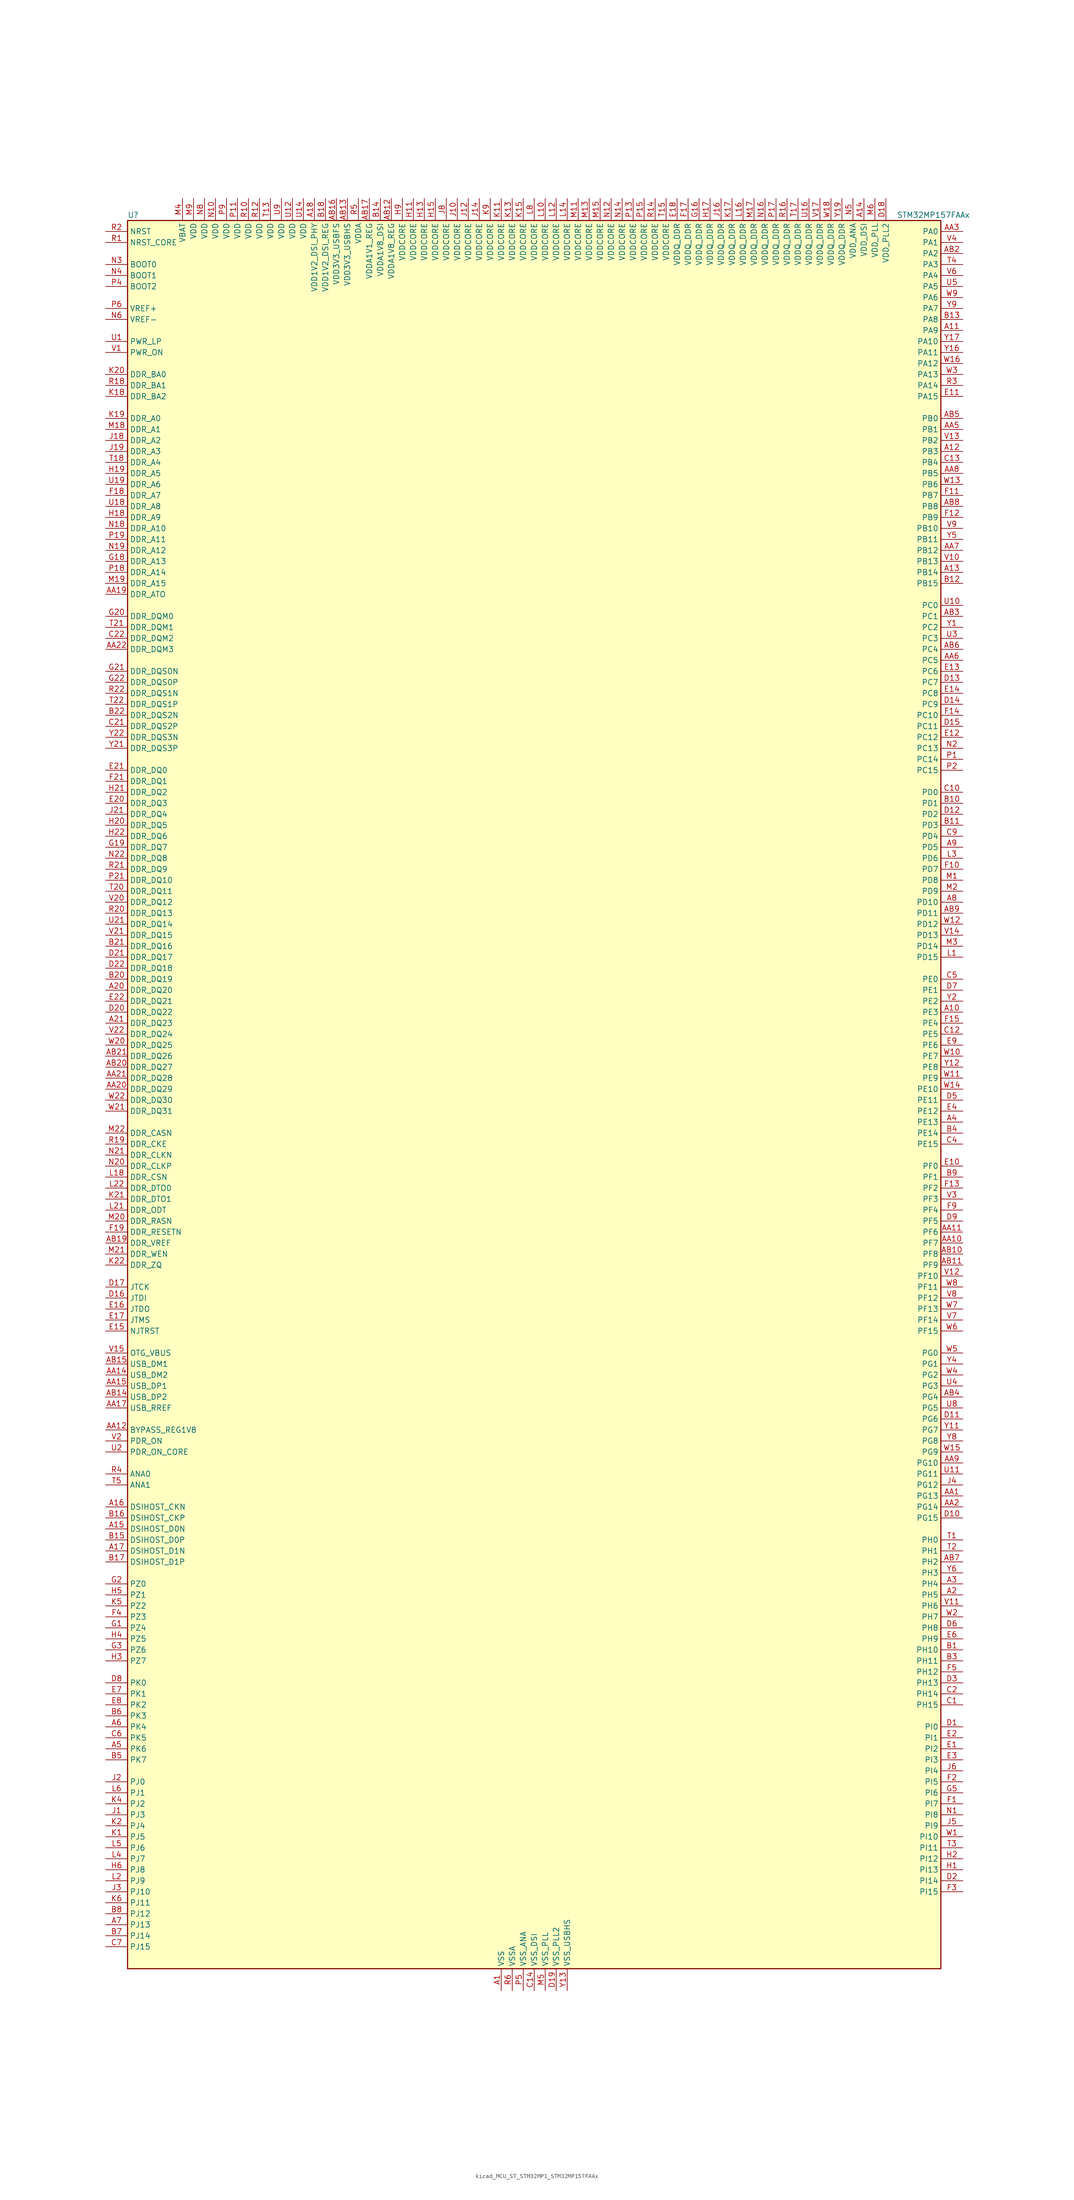
<source format=kicad_sym>
(kicad_symbol_lib
  (version 20220914)
  (generator kicad_symbol_editor)
  (symbol "kicad_MCU_ST_STM32MP1_STM32MP157FAAx"
    (property "Reference" "U"
      (at -93.98 204.47 0)
      (effects (font (size 1.27 1.27)) (justify left)))
    (property "Value" "STM32MP157FAAx"
      (at 83.82 204.47 0)
      (effects (font (size 1.27 1.27)) (justify left)))
    (property "ki_locked" ""
      (at 0 0 0)
      (effects (font (size 1.27 1.27))))
    (symbol "kicad_MCU_ST_STM32MP1_STM32MP157FAAx_0_1"
      (rectangle (start -93.98 -200.66) (end 93.98 203.2) (stroke (width 0.254) (type default)) (fill (type background))))
    (symbol "kicad_MCU_ST_STM32MP1_STM32MP157FAAx_1_1"
      (pin power_in line (at -7.62 -205.74 90) (length 5.08) (name "VSS" (effects (font (size 1.27 1.27)))) (number "A1" (effects (font (size 1.27 1.27)))))
      (pin bidirectional line (at 99.06 20.32 180) (length 5.08) (name "PE3" (effects (font (size 1.27 1.27)))) (number "A10" (effects (font (size 1.27 1.27)))) (alternate "DEBUG_TRACED0" bidirectional line) (alternate "FMC_A19" bidirectional line) (alternate "SAI1_SD_B" bidirectional line) (alternate "SDMMC2_CK" bidirectional line) (alternate "TIM15_BKIN" bidirectional line))
      (pin bidirectional line (at 99.06 177.8 180) (length 5.08) (name "PA9" (effects (font (size 1.27 1.27)))) (number "A11" (effects (font (size 1.27 1.27)))) (alternate "DAC1_EXTI9" bidirectional line) (alternate "DCMI_D0" bidirectional line) (alternate "I2C3_SMBA" bidirectional line) (alternate "I2S2_CK" bidirectional line) (alternate "LTDC_R5" bidirectional line) (alternate "SDMMC2_CDIR" bidirectional line) (alternate "SDMMC2_D5" bidirectional line) (alternate "SPI2_SCK" bidirectional line) (alternate "TIM1_CH2" bidirectional line) (alternate "USART1_TX" bidirectional line))
      (pin bidirectional line (at 99.06 149.86 180) (length 5.08) (name "PB3" (effects (font (size 1.27 1.27)))) (number "A12" (effects (font (size 1.27 1.27)))) (alternate "DEBUG_TRACED9" bidirectional line) (alternate "I2S1_CK" bidirectional line) (alternate "I2S3_CK" bidirectional line) (alternate "SAI4_CK1" bidirectional line) (alternate "SAI4_MCLK_A" bidirectional line) (alternate "SDMMC2_D2" bidirectional line) (alternate "SPI1_SCK" bidirectional line) (alternate "SPI3_SCK" bidirectional line) (alternate "SPI6_SCK" bidirectional line) (alternate "TIM2_CH2" bidirectional line) (alternate "UART7_RX" bidirectional line))
      (pin bidirectional line (at 99.06 121.92 180) (length 5.08) (name "PB14" (effects (font (size 1.27 1.27)))) (number "A13" (effects (font (size 1.27 1.27)))) (alternate "DFSDM1_DATIN2" bidirectional line) (alternate "I2S2_SDI" bidirectional line) (alternate "SDMMC2_D0" bidirectional line) (alternate "SPI2_MISO" bidirectional line) (alternate "TIM12_CH1" bidirectional line) (alternate "TIM1_CH2N" bidirectional line) (alternate "TIM8_CH2N" bidirectional line) (alternate "USART1_TX" bidirectional line) (alternate "USART3_DE" bidirectional line) (alternate "USART3_RTS" bidirectional line))
      (pin power_in line (at 76.2 208.28 270) (length 5.08) (name "VDD_DSI" (effects (font (size 1.27 1.27)))) (number "A14" (effects (font (size 1.27 1.27)))))
      (pin bidirectional line (at -99.06 -99.06 0) (length 5.08) (name "DSIHOST_D0N" (effects (font (size 1.27 1.27)))) (number "A15" (effects (font (size 1.27 1.27)))) (alternate "DSIHOST_D0N" bidirectional line))
      (pin bidirectional line (at -99.06 -93.98 0) (length 5.08) (name "DSIHOST_CKN" (effects (font (size 1.27 1.27)))) (number "A16" (effects (font (size 1.27 1.27)))) (alternate "DSIHOST_CKN" bidirectional line))
      (pin bidirectional line (at -99.06 -104.14 0) (length 5.08) (name "DSIHOST_D1N" (effects (font (size 1.27 1.27)))) (number "A17" (effects (font (size 1.27 1.27)))) (alternate "DSIHOST_D1N" bidirectional line))
      (pin power_in line (at -50.8 208.28 270) (length 5.08) (name "VDD1V2_DSI_PHY" (effects (font (size 1.27 1.27)))) (number "A18" (effects (font (size 1.27 1.27)))))
      (pin passive line (at -7.62 -205.74 90) (length 5.08) hide (name "VSS" (effects (font (size 1.27 1.27)))) (number "A19" (effects (font (size 1.27 1.27)))))
      (pin bidirectional line (at 99.06 -114.3 180) (length 5.08) (name "PH5" (effects (font (size 1.27 1.27)))) (number "A2" (effects (font (size 1.27 1.27)))) (alternate "I2C2_SDA" bidirectional line) (alternate "SAI4_SD_B" bidirectional line) (alternate "SPI5_NSS" bidirectional line))
      (pin bidirectional line (at -99.06 25.4 0) (length 5.08) (name "DDR_DQ20" (effects (font (size 1.27 1.27)))) (number "A20" (effects (font (size 1.27 1.27)))) (alternate "DDR_DQ20" bidirectional line))
      (pin bidirectional line (at -99.06 17.78 0) (length 5.08) (name "DDR_DQ23" (effects (font (size 1.27 1.27)))) (number "A21" (effects (font (size 1.27 1.27)))) (alternate "DDR_DQ23" bidirectional line))
      (pin passive line (at -7.62 -205.74 90) (length 5.08) hide (name "VSS" (effects (font (size 1.27 1.27)))) (number "A22" (effects (font (size 1.27 1.27)))))
      (pin bidirectional line (at 99.06 -111.76 180) (length 5.08) (name "PH4" (effects (font (size 1.27 1.27)))) (number "A3" (effects (font (size 1.27 1.27)))) (alternate "I2C2_SCL" bidirectional line) (alternate "LTDC_G4" bidirectional line) (alternate "LTDC_G5" bidirectional line))
      (pin bidirectional line (at 99.06 -5.08 180) (length 5.08) (name "PE13" (effects (font (size 1.27 1.27)))) (number "A4" (effects (font (size 1.27 1.27)))) (alternate "DCMI_D6" bidirectional line) (alternate "DFSDM1_CKIN5" bidirectional line) (alternate "FMC_D10" bidirectional line) (alternate "FMC_DA10" bidirectional line) (alternate "HDP_HDP2" bidirectional line) (alternate "LTDC_DE" bidirectional line) (alternate "SAI2_FS_B" bidirectional line) (alternate "SPI4_MISO" bidirectional line) (alternate "TIM1_CH3" bidirectional line))
      (pin bidirectional line (at -99.06 -149.86 0) (length 5.08) (name "PK6" (effects (font (size 1.27 1.27)))) (number "A5" (effects (font (size 1.27 1.27)))) (alternate "DEBUG_TRACED7" bidirectional line) (alternate "HDP_HDP7" bidirectional line) (alternate "LTDC_B7" bidirectional line))
      (pin bidirectional line (at -99.06 -144.78 0) (length 5.08) (name "PK4" (effects (font (size 1.27 1.27)))) (number "A6" (effects (font (size 1.27 1.27)))) (alternate "LTDC_B5" bidirectional line))
      (pin bidirectional line (at -99.06 -190.5 0) (length 5.08) (name "PJ13" (effects (font (size 1.27 1.27)))) (number "A7" (effects (font (size 1.27 1.27)))) (alternate "LTDC_B1" bidirectional line) (alternate "LTDC_G4" bidirectional line))
      (pin bidirectional line (at 99.06 45.72 180) (length 5.08) (name "PD10" (effects (font (size 1.27 1.27)))) (number "A8" (effects (font (size 1.27 1.27)))) (alternate "DFSDM1_CKOUT" bidirectional line) (alternate "FMC_D15" bidirectional line) (alternate "FMC_DA15" bidirectional line) (alternate "I2C5_SMBA" bidirectional line) (alternate "I2S3_SDI" bidirectional line) (alternate "LTDC_B3" bidirectional line) (alternate "RTC_REFIN" bidirectional line) (alternate "SAI3_FS_B" bidirectional line) (alternate "SPI3_MISO" bidirectional line) (alternate "TIM16_BKIN" bidirectional line) (alternate "USART3_CK" bidirectional line))
      (pin bidirectional line (at 99.06 58.42 180) (length 5.08) (name "PD5" (effects (font (size 1.27 1.27)))) (number "A9" (effects (font (size 1.27 1.27)))) (alternate "FMC_NWE" bidirectional line) (alternate "SDMMC3_D2" bidirectional line) (alternate "USART2_TX" bidirectional line))
      (pin bidirectional line (at 99.06 -91.44 180) (length 5.08) (name "PG13" (effects (font (size 1.27 1.27)))) (number "AA1" (effects (font (size 1.27 1.27)))) (alternate "DEBUG_TRACED0" bidirectional line) (alternate "ETH1_TXD0" bidirectional line) (alternate "FMC_A24" bidirectional line) (alternate "LPTIM1_OUT" bidirectional line) (alternate "LTDC_R0" bidirectional line) (alternate "SAI1_CK2" bidirectional line) (alternate "SAI1_SCK_A" bidirectional line) (alternate "SAI4_CK1" bidirectional line) (alternate "SAI4_MCLK_A" bidirectional line) (alternate "SPI6_SCK" bidirectional line) (alternate "USART6_CTS" bidirectional line) (alternate "USART6_NSS" bidirectional line))
      (pin bidirectional line (at 99.06 -33.02 180) (length 5.08) (name "PF7" (effects (font (size 1.27 1.27)))) (number "AA10" (effects (font (size 1.27 1.27)))) (alternate "QUADSPI_BK1_IO2" bidirectional line) (alternate "SAI1_MCLK_B" bidirectional line) (alternate "SPI5_SCK" bidirectional line) (alternate "TIM17_CH1" bidirectional line) (alternate "UART7_TX" bidirectional line))
      (pin bidirectional line (at 99.06 -30.48 180) (length 5.08) (name "PF6" (effects (font (size 1.27 1.27)))) (number "AA11" (effects (font (size 1.27 1.27)))) (alternate "QUADSPI_BK1_IO3" bidirectional line) (alternate "SAI1_SD_B" bidirectional line) (alternate "SAI4_SCK_B" bidirectional line) (alternate "SPI5_NSS" bidirectional line) (alternate "TIM16_CH1" bidirectional line) (alternate "UART7_RX" bidirectional line))
      (pin bidirectional line (at -99.06 -76.2 0) (length 5.08) (name "BYPASS_REG1V8" (effects (font (size 1.27 1.27)))) (number "AA12" (effects (font (size 1.27 1.27)))))
      (pin passive line (at 7.62 -205.74 90) (length 5.08) hide (name "VSS_USBHS" (effects (font (size 1.27 1.27)))) (number "AA13" (effects (font (size 1.27 1.27)))))
      (pin bidirectional line (at -99.06 -63.5 0) (length 5.08) (name "USB_DM2" (effects (font (size 1.27 1.27)))) (number "AA14" (effects (font (size 1.27 1.27)))) (alternate "USBH_HS2_DM" bidirectional line) (alternate "USB_OTG_HS_DM" bidirectional line))
      (pin bidirectional line (at -99.06 -66.04 0) (length 5.08) (name "USB_DP1" (effects (font (size 1.27 1.27)))) (number "AA15" (effects (font (size 1.27 1.27)))) (alternate "USBH_HS1_DP" bidirectional line))
      (pin passive line (at 7.62 -205.74 90) (length 5.08) hide (name "VSS_USBHS" (effects (font (size 1.27 1.27)))) (number "AA16" (effects (font (size 1.27 1.27)))))
      (pin bidirectional line (at -99.06 -71.12 0) (length 5.08) (name "USB_RREF" (effects (font (size 1.27 1.27)))) (number "AA17" (effects (font (size 1.27 1.27)))))
      (pin passive line (at -7.62 -205.74 90) (length 5.08) hide (name "VSS" (effects (font (size 1.27 1.27)))) (number "AA18" (effects (font (size 1.27 1.27)))))
      (pin bidirectional line (at -99.06 116.84 0) (length 5.08) (name "DDR_ATO" (effects (font (size 1.27 1.27)))) (number "AA19" (effects (font (size 1.27 1.27)))) (alternate "DDR_ATO" bidirectional line))
      (pin bidirectional line (at 99.06 -93.98 180) (length 5.08) (name "PG14" (effects (font (size 1.27 1.27)))) (number "AA2" (effects (font (size 1.27 1.27)))) (alternate "DEBUG_TRACED1" bidirectional line) (alternate "ETH1_TXD1" bidirectional line) (alternate "FMC_A25" bidirectional line) (alternate "LPTIM1_ETR" bidirectional line) (alternate "LTDC_B0" bidirectional line) (alternate "QUADSPI_BK2_IO3" bidirectional line) (alternate "SAI4_D1" bidirectional line) (alternate "SAI4_SD_A" bidirectional line) (alternate "SPI6_MOSI" bidirectional line) (alternate "USART6_TX" bidirectional line))
      (pin bidirectional line (at -99.06 2.54 0) (length 5.08) (name "DDR_DQ29" (effects (font (size 1.27 1.27)))) (number "AA20" (effects (font (size 1.27 1.27)))) (alternate "DDR_DQ29" bidirectional line))
      (pin bidirectional line (at -99.06 5.08 0) (length 5.08) (name "DDR_DQ28" (effects (font (size 1.27 1.27)))) (number "AA21" (effects (font (size 1.27 1.27)))) (alternate "DDR_DQ28" bidirectional line))
      (pin bidirectional line (at -99.06 104.14 0) (length 5.08) (name "DDR_DQM3" (effects (font (size 1.27 1.27)))) (number "AA22" (effects (font (size 1.27 1.27)))) (alternate "DDR_DQM3" bidirectional line))
      (pin bidirectional line (at 99.06 200.66 180) (length 5.08) (name "PA0" (effects (font (size 1.27 1.27)))) (number "AA3" (effects (font (size 1.27 1.27)))) (alternate "ADC1_INP16" bidirectional line) (alternate "ETH1_CRS" bidirectional line) (alternate "PWR_WKUP1" bidirectional line) (alternate "SAI2_SD_B" bidirectional line) (alternate "SDMMC2_CMD" bidirectional line) (alternate "TIM15_BKIN" bidirectional line) (alternate "TIM2_CH1" bidirectional line) (alternate "TIM2_ETR" bidirectional line) (alternate "TIM5_CH1" bidirectional line) (alternate "TIM8_ETR" bidirectional line) (alternate "UART4_TX" bidirectional line) (alternate "USART2_CTS" bidirectional line) (alternate "USART2_NSS" bidirectional line))
      (pin passive line (at -7.62 -205.74 90) (length 5.08) hide (name "VSS" (effects (font (size 1.27 1.27)))) (number "AA4" (effects (font (size 1.27 1.27)))))
      (pin bidirectional line (at 99.06 154.94 180) (length 5.08) (name "PB1" (effects (font (size 1.27 1.27)))) (number "AA5" (effects (font (size 1.27 1.27)))) (alternate "ADC1_INP5" bidirectional line) (alternate "ADC2_INP5" bidirectional line) (alternate "DFSDM1_DATIN1" bidirectional line) (alternate "ETH1_RXD3" bidirectional line) (alternate "LTDC_G0" bidirectional line) (alternate "LTDC_R6" bidirectional line) (alternate "TIM1_CH3N" bidirectional line) (alternate "TIM3_CH4" bidirectional line) (alternate "TIM8_CH3N" bidirectional line))
      (pin bidirectional line (at 99.06 101.6 180) (length 5.08) (name "PC5" (effects (font (size 1.27 1.27)))) (number "AA6" (effects (font (size 1.27 1.27)))) (alternate "ADC1_INN4" bidirectional line) (alternate "ADC1_INP8" bidirectional line) (alternate "ADC2_INN4" bidirectional line) (alternate "ADC2_INP8" bidirectional line) (alternate "DFSDM1_DATIN2" bidirectional line) (alternate "ETH1_RXD1" bidirectional line) (alternate "SAI1_D3" bidirectional line) (alternate "SAI1_D4" bidirectional line) (alternate "SAI4_D3" bidirectional line) (alternate "SAI4_D4" bidirectional line) (alternate "SPDIFRX_IN3" bidirectional line))
      (pin bidirectional line (at 99.06 127 180) (length 5.08) (name "PB12" (effects (font (size 1.27 1.27)))) (number "AA7" (effects (font (size 1.27 1.27)))) (alternate "DFSDM1_DATIN1" bidirectional line) (alternate "ETH1_TXD0" bidirectional line) (alternate "FDCAN2_RX" bidirectional line) (alternate "I2C2_SMBA" bidirectional line) (alternate "I2C6_SMBA" bidirectional line) (alternate "I2S2_WS" bidirectional line) (alternate "SPI2_NSS" bidirectional line) (alternate "TIM1_BKIN" bidirectional line) (alternate "UART5_RX" bidirectional line) (alternate "USART3_CK" bidirectional line) (alternate "USART3_RX" bidirectional line))
      (pin bidirectional line (at 99.06 144.78 180) (length 5.08) (name "PB5" (effects (font (size 1.27 1.27)))) (number "AA8" (effects (font (size 1.27 1.27)))) (alternate "DCMI_D10" bidirectional line) (alternate "ETH1_CLK" bidirectional line) (alternate "ETH1_PPS_OUT" bidirectional line) (alternate "FDCAN2_RX" bidirectional line) (alternate "I2C1_SMBA" bidirectional line) (alternate "I2C4_SMBA" bidirectional line) (alternate "I2S1_SDO" bidirectional line) (alternate "I2S3_SDO" bidirectional line) (alternate "LTDC_G7" bidirectional line) (alternate "SAI4_D1" bidirectional line) (alternate "SAI4_SD_A" bidirectional line) (alternate "SPI1_MOSI" bidirectional line) (alternate "SPI3_MOSI" bidirectional line) (alternate "SPI6_MOSI" bidirectional line) (alternate "TIM17_BKIN" bidirectional line) (alternate "TIM3_CH2" bidirectional line) (alternate "UART5_RX" bidirectional line))
      (pin bidirectional line (at 99.06 -83.82 180) (length 5.08) (name "PG10" (effects (font (size 1.27 1.27)))) (number "AA9" (effects (font (size 1.27 1.27)))) (alternate "DCMI_D2" bidirectional line) (alternate "DEBUG_TRACED10" bidirectional line) (alternate "FMC_NE3" bidirectional line) (alternate "LTDC_B2" bidirectional line) (alternate "LTDC_G3" bidirectional line) (alternate "QUADSPI_BK2_IO2" bidirectional line) (alternate "SAI2_SD_B" bidirectional line) (alternate "UART8_CTS" bidirectional line))
      (pin passive line (at -7.62 -205.74 90) (length 5.08) hide (name "VSS" (effects (font (size 1.27 1.27)))) (number "AB1" (effects (font (size 1.27 1.27)))))
      (pin bidirectional line (at 99.06 -35.56 180) (length 5.08) (name "PF8" (effects (font (size 1.27 1.27)))) (number "AB10" (effects (font (size 1.27 1.27)))) (alternate "DEBUG_TRACED12" bidirectional line) (alternate "QUADSPI_BK1_IO0" bidirectional line) (alternate "SAI1_SCK_B" bidirectional line) (alternate "SPI5_MISO" bidirectional line) (alternate "TIM13_CH1" bidirectional line) (alternate "TIM16_CH1N" bidirectional line) (alternate "UART7_DE" bidirectional line) (alternate "UART7_RTS" bidirectional line))
      (pin bidirectional line (at 99.06 -38.1 180) (length 5.08) (name "PF9" (effects (font (size 1.27 1.27)))) (number "AB11" (effects (font (size 1.27 1.27)))) (alternate "DAC1_EXTI9" bidirectional line) (alternate "DEBUG_TRACED13" bidirectional line) (alternate "QUADSPI_BK1_IO1" bidirectional line) (alternate "SAI1_FS_B" bidirectional line) (alternate "SPI5_MOSI" bidirectional line) (alternate "TIM14_CH1" bidirectional line) (alternate "TIM17_CH1N" bidirectional line) (alternate "UART7_CTS" bidirectional line))
      (pin power_in line (at -33.02 208.28 270) (length 5.08) (name "VDDA1V8_REG" (effects (font (size 1.27 1.27)))) (number "AB12" (effects (font (size 1.27 1.27)))))
      (pin power_in line (at -43.18 208.28 270) (length 5.08) (name "VDD3V3_USBHS" (effects (font (size 1.27 1.27)))) (number "AB13" (effects (font (size 1.27 1.27)))))
      (pin bidirectional line (at -99.06 -68.58 0) (length 5.08) (name "USB_DP2" (effects (font (size 1.27 1.27)))) (number "AB14" (effects (font (size 1.27 1.27)))) (alternate "USBH_HS2_DP" bidirectional line) (alternate "USB_OTG_HS_DP" bidirectional line))
      (pin bidirectional line (at -99.06 -60.96 0) (length 5.08) (name "USB_DM1" (effects (font (size 1.27 1.27)))) (number "AB15" (effects (font (size 1.27 1.27)))) (alternate "USBH_HS1_DM" bidirectional line))
      (pin power_in line (at -45.72 208.28 270) (length 5.08) (name "VDD3V3_USBFS" (effects (font (size 1.27 1.27)))) (number "AB16" (effects (font (size 1.27 1.27)))))
      (pin power_in line (at -38.1 208.28 270) (length 5.08) (name "VDDA1V1_REG" (effects (font (size 1.27 1.27)))) (number "AB17" (effects (font (size 1.27 1.27)))))
      (pin passive line (at -7.62 -205.74 90) (length 5.08) hide (name "VSS" (effects (font (size 1.27 1.27)))) (number "AB18" (effects (font (size 1.27 1.27)))))
      (pin bidirectional line (at -99.06 -33.02 0) (length 5.08) (name "DDR_VREF" (effects (font (size 1.27 1.27)))) (number "AB19" (effects (font (size 1.27 1.27)))) (alternate "DDR_VREF" bidirectional line))
      (pin bidirectional line (at 99.06 195.58 180) (length 5.08) (name "PA2" (effects (font (size 1.27 1.27)))) (number "AB2" (effects (font (size 1.27 1.27)))) (alternate "ADC1_INP14" bidirectional line) (alternate "ETH1_MDIO" bidirectional line) (alternate "LPTIM4_OUT" bidirectional line) (alternate "LTDC_R1" bidirectional line) (alternate "PWR_WKUP2" bidirectional line) (alternate "SAI2_SCK_B" bidirectional line) (alternate "SDMMC2_D0DIR" bidirectional line) (alternate "TIM15_CH1" bidirectional line) (alternate "TIM2_CH3" bidirectional line) (alternate "TIM5_CH3" bidirectional line) (alternate "USART2_TX" bidirectional line))
      (pin bidirectional line (at -99.06 7.62 0) (length 5.08) (name "DDR_DQ27" (effects (font (size 1.27 1.27)))) (number "AB20" (effects (font (size 1.27 1.27)))) (alternate "DDR_DQ27" bidirectional line))
      (pin bidirectional line (at -99.06 10.16 0) (length 5.08) (name "DDR_DQ26" (effects (font (size 1.27 1.27)))) (number "AB21" (effects (font (size 1.27 1.27)))) (alternate "DDR_DQ26" bidirectional line))
      (pin passive line (at -7.62 -205.74 90) (length 5.08) hide (name "VSS" (effects (font (size 1.27 1.27)))) (number "AB22" (effects (font (size 1.27 1.27)))))
      (pin bidirectional line (at 99.06 111.76 180) (length 5.08) (name "PC1" (effects (font (size 1.27 1.27)))) (number "AB3" (effects (font (size 1.27 1.27)))) (alternate "ADC1_INN10" bidirectional line) (alternate "ADC1_INP11" bidirectional line) (alternate "ADC2_INN10" bidirectional line) (alternate "ADC2_INP11" bidirectional line) (alternate "DEBUG_TRACED0" bidirectional line) (alternate "DFSDM1_CKIN4" bidirectional line) (alternate "DFSDM1_DATIN0" bidirectional line) (alternate "ETH1_MDC" bidirectional line) (alternate "I2S2_SDO" bidirectional line) (alternate "PWR_WKUP6" bidirectional line) (alternate "SAI1_D1" bidirectional line) (alternate "SAI1_SD_A" bidirectional line) (alternate "SDMMC2_CK" bidirectional line) (alternate "SPI2_MOSI" bidirectional line) (alternate "TAMP_IN3" bidirectional line))
      (pin bidirectional line (at 99.06 -68.58 180) (length 5.08) (name "PG4" (effects (font (size 1.27 1.27)))) (number "AB4" (effects (font (size 1.27 1.27)))) (alternate "ETH1_GTX_CLK" bidirectional line) (alternate "FMC_A14" bidirectional line) (alternate "TIM1_BKIN2" bidirectional line))
      (pin bidirectional line (at 99.06 157.48 180) (length 5.08) (name "PB0" (effects (font (size 1.27 1.27)))) (number "AB5" (effects (font (size 1.27 1.27)))) (alternate "ADC1_INN5" bidirectional line) (alternate "ADC1_INP9" bidirectional line) (alternate "ADC2_INN5" bidirectional line) (alternate "ADC2_INP9" bidirectional line) (alternate "DFSDM1_CKOUT" bidirectional line) (alternate "ETH1_RXD2" bidirectional line) (alternate "LTDC_G1" bidirectional line) (alternate "LTDC_R3" bidirectional line) (alternate "TIM1_CH2N" bidirectional line) (alternate "TIM3_CH3" bidirectional line) (alternate "TIM8_CH2N" bidirectional line) (alternate "UART4_CTS" bidirectional line))
      (pin bidirectional line (at 99.06 104.14 180) (length 5.08) (name "PC4" (effects (font (size 1.27 1.27)))) (number "AB6" (effects (font (size 1.27 1.27)))) (alternate "ADC1_INP4" bidirectional line) (alternate "ADC2_INP4" bidirectional line) (alternate "DFSDM1_CKIN2" bidirectional line) (alternate "ETH1_RXD0" bidirectional line) (alternate "I2S1_MCK" bidirectional line) (alternate "SPDIFRX_IN2" bidirectional line))
      (pin bidirectional line (at 99.06 -106.68 180) (length 5.08) (name "PH2" (effects (font (size 1.27 1.27)))) (number "AB7" (effects (font (size 1.27 1.27)))) (alternate "ETH1_CRS" bidirectional line) (alternate "LPTIM1_IN2" bidirectional line) (alternate "LTDC_R0" bidirectional line) (alternate "QUADSPI_BK2_IO0" bidirectional line) (alternate "SAI2_SCK_B" bidirectional line))
      (pin bidirectional line (at 99.06 137.16 180) (length 5.08) (name "PB8" (effects (font (size 1.27 1.27)))) (number "AB8" (effects (font (size 1.27 1.27)))) (alternate "DCMI_D6" bidirectional line) (alternate "DFSDM1_CKIN7" bidirectional line) (alternate "ETH1_TXD3" bidirectional line) (alternate "FDCAN1_RX" bidirectional line) (alternate "HDP_HDP6" bidirectional line) (alternate "I2C1_SCL" bidirectional line) (alternate "I2C4_SCL" bidirectional line) (alternate "LTDC_B6" bidirectional line) (alternate "SDMMC1_CKIN" bidirectional line) (alternate "SDMMC1_D4" bidirectional line) (alternate "SDMMC2_CKIN" bidirectional line) (alternate "SDMMC2_D4" bidirectional line) (alternate "TIM16_CH1" bidirectional line) (alternate "TIM4_CH3" bidirectional line) (alternate "UART4_RX" bidirectional line))
      (pin bidirectional line (at 99.06 43.18 180) (length 5.08) (name "PD11" (effects (font (size 1.27 1.27)))) (number "AB9" (effects (font (size 1.27 1.27)))) (alternate "ADC1_EXTI11" bidirectional line) (alternate "ADC2_EXTI11" bidirectional line) (alternate "FMC_A16" bidirectional line) (alternate "FMC_CLE" bidirectional line) (alternate "I2C1_SMBA" bidirectional line) (alternate "I2C4_SMBA" bidirectional line) (alternate "LPTIM2_IN2" bidirectional line) (alternate "QUADSPI_BK1_IO0" bidirectional line) (alternate "SAI2_SD_A" bidirectional line) (alternate "USART3_CTS" bidirectional line) (alternate "USART3_NSS" bidirectional line))
      (pin bidirectional line (at 99.06 -127 180) (length 5.08) (name "PH10" (effects (font (size 1.27 1.27)))) (number "B1" (effects (font (size 1.27 1.27)))) (alternate "DCMI_D1" bidirectional line) (alternate "I2C1_SMBA" bidirectional line) (alternate "I2C4_SMBA" bidirectional line) (alternate "LTDC_R4" bidirectional line) (alternate "TIM5_CH1" bidirectional line))
      (pin bidirectional line (at 99.06 68.58 180) (length 5.08) (name "PD1" (effects (font (size 1.27 1.27)))) (number "B10" (effects (font (size 1.27 1.27)))) (alternate "DFSDM1_CKIN7" bidirectional line) (alternate "DFSDM1_DATIN6" bidirectional line) (alternate "FDCAN1_TX" bidirectional line) (alternate "FMC_D3" bidirectional line) (alternate "FMC_DA3" bidirectional line) (alternate "I2C5_SCL" bidirectional line) (alternate "I2C6_SCL" bidirectional line) (alternate "SAI3_SD_A" bidirectional line) (alternate "SDMMC3_D0" bidirectional line) (alternate "UART4_TX" bidirectional line))
      (pin bidirectional line (at 99.06 63.5 180) (length 5.08) (name "PD3" (effects (font (size 1.27 1.27)))) (number "B11" (effects (font (size 1.27 1.27)))) (alternate "DCMI_D5" bidirectional line) (alternate "DFSDM1_CKOUT" bidirectional line) (alternate "DFSDM1_DATIN0" bidirectional line) (alternate "FMC_CLK" bidirectional line) (alternate "HDP_HDP5" bidirectional line) (alternate "I2S2_CK" bidirectional line) (alternate "LTDC_G7" bidirectional line) (alternate "SDMMC1_D123DIR" bidirectional line) (alternate "SDMMC1_D7" bidirectional line) (alternate "SDMMC2_D123DIR" bidirectional line) (alternate "SDMMC2_D7" bidirectional line) (alternate "SPI2_SCK" bidirectional line) (alternate "USART2_CTS" bidirectional line) (alternate "USART2_NSS" bidirectional line))
      (pin bidirectional line (at 99.06 119.38 180) (length 5.08) (name "PB15" (effects (font (size 1.27 1.27)))) (number "B12" (effects (font (size 1.27 1.27)))) (alternate "ADC1_EXTI15" bidirectional line) (alternate "ADC2_EXTI15" bidirectional line) (alternate "DFSDM1_CKIN2" bidirectional line) (alternate "I2S2_SDO" bidirectional line) (alternate "RTC_REFIN" bidirectional line) (alternate "SDMMC2_D1" bidirectional line) (alternate "SPI2_MOSI" bidirectional line) (alternate "TIM12_CH2" bidirectional line) (alternate "TIM1_CH3N" bidirectional line) (alternate "TIM8_CH3N" bidirectional line) (alternate "USART1_RX" bidirectional line))
      (pin bidirectional line (at 99.06 180.34 180) (length 5.08) (name "PA8" (effects (font (size 1.27 1.27)))) (number "B13" (effects (font (size 1.27 1.27)))) (alternate "I2C3_SCL" bidirectional line) (alternate "I2S3_SDO" bidirectional line) (alternate "LTDC_R6" bidirectional line) (alternate "RCC_MCO_1" bidirectional line) (alternate "SAI4_SD_B" bidirectional line) (alternate "SDMMC2_CKIN" bidirectional line) (alternate "SDMMC2_D4" bidirectional line) (alternate "SPI3_MOSI" bidirectional line) (alternate "TIM1_CH1" bidirectional line) (alternate "TIM8_BKIN2" bidirectional line) (alternate "UART7_RX" bidirectional line) (alternate "USART1_CK" bidirectional line) (alternate "USB_OTG_HS_SOF" bidirectional line))
      (pin power_in line (at -35.56 208.28 270) (length 5.08) (name "VDDA1V8_DSI" (effects (font (size 1.27 1.27)))) (number "B14" (effects (font (size 1.27 1.27)))))
      (pin bidirectional line (at -99.06 -101.6 0) (length 5.08) (name "DSIHOST_D0P" (effects (font (size 1.27 1.27)))) (number "B15" (effects (font (size 1.27 1.27)))) (alternate "DSIHOST_D0P" bidirectional line))
      (pin bidirectional line (at -99.06 -96.52 0) (length 5.08) (name "DSIHOST_CKP" (effects (font (size 1.27 1.27)))) (number "B16" (effects (font (size 1.27 1.27)))) (alternate "DSIHOST_CKP" bidirectional line))
      (pin bidirectional line (at -99.06 -106.68 0) (length 5.08) (name "DSIHOST_D1P" (effects (font (size 1.27 1.27)))) (number "B17" (effects (font (size 1.27 1.27)))) (alternate "DSIHOST_D1P" bidirectional line))
      (pin power_in line (at -48.26 208.28 270) (length 5.08) (name "VDD1V2_DSI_REG" (effects (font (size 1.27 1.27)))) (number "B18" (effects (font (size 1.27 1.27)))))
      (pin passive line (at -7.62 -205.74 90) (length 5.08) hide (name "VSS" (effects (font (size 1.27 1.27)))) (number "B19" (effects (font (size 1.27 1.27)))))
      (pin passive line (at -7.62 -205.74 90) (length 5.08) hide (name "VSS" (effects (font (size 1.27 1.27)))) (number "B2" (effects (font (size 1.27 1.27)))))
      (pin bidirectional line (at -99.06 27.94 0) (length 5.08) (name "DDR_DQ19" (effects (font (size 1.27 1.27)))) (number "B20" (effects (font (size 1.27 1.27)))) (alternate "DDR_DQ19" bidirectional line))
      (pin bidirectional line (at -99.06 35.56 0) (length 5.08) (name "DDR_DQ16" (effects (font (size 1.27 1.27)))) (number "B21" (effects (font (size 1.27 1.27)))) (alternate "DDR_DQ16" bidirectional line))
      (pin bidirectional line (at -99.06 88.9 0) (length 5.08) (name "DDR_DQS2N" (effects (font (size 1.27 1.27)))) (number "B22" (effects (font (size 1.27 1.27)))) (alternate "DDR_DQS2N" bidirectional line))
      (pin bidirectional line (at 99.06 -129.54 180) (length 5.08) (name "PH11" (effects (font (size 1.27 1.27)))) (number "B3" (effects (font (size 1.27 1.27)))) (alternate "ADC1_EXTI11" bidirectional line) (alternate "ADC2_EXTI11" bidirectional line) (alternate "DCMI_D2" bidirectional line) (alternate "I2C1_SCL" bidirectional line) (alternate "I2C4_SCL" bidirectional line) (alternate "LTDC_R5" bidirectional line) (alternate "TIM5_CH2" bidirectional line))
      (pin bidirectional line (at 99.06 -7.62 180) (length 5.08) (name "PE14" (effects (font (size 1.27 1.27)))) (number "B4" (effects (font (size 1.27 1.27)))) (alternate "FMC_D11" bidirectional line) (alternate "FMC_DA11" bidirectional line) (alternate "LTDC_CLK" bidirectional line) (alternate "LTDC_G0" bidirectional line) (alternate "SAI2_MCLK_B" bidirectional line) (alternate "SDMMC1_D123DIR" bidirectional line) (alternate "SPI4_MOSI" bidirectional line) (alternate "TIM1_CH4" bidirectional line) (alternate "UART8_DE" bidirectional line) (alternate "UART8_RTS" bidirectional line))
      (pin bidirectional line (at -99.06 -152.4 0) (length 5.08) (name "PK7" (effects (font (size 1.27 1.27)))) (number "B5" (effects (font (size 1.27 1.27)))) (alternate "LTDC_DE" bidirectional line))
      (pin bidirectional line (at -99.06 -142.24 0) (length 5.08) (name "PK3" (effects (font (size 1.27 1.27)))) (number "B6" (effects (font (size 1.27 1.27)))) (alternate "LTDC_B4" bidirectional line))
      (pin bidirectional line (at -99.06 -193.04 0) (length 5.08) (name "PJ14" (effects (font (size 1.27 1.27)))) (number "B7" (effects (font (size 1.27 1.27)))) (alternate "LTDC_B2" bidirectional line))
      (pin bidirectional line (at -99.06 -187.96 0) (length 5.08) (name "PJ12" (effects (font (size 1.27 1.27)))) (number "B8" (effects (font (size 1.27 1.27)))) (alternate "LTDC_B0" bidirectional line) (alternate "LTDC_G3" bidirectional line))
      (pin bidirectional line (at 99.06 -17.78 180) (length 5.08) (name "PF1" (effects (font (size 1.27 1.27)))) (number "B9" (effects (font (size 1.27 1.27)))) (alternate "FMC_A1" bidirectional line) (alternate "I2C2_SCL" bidirectional line) (alternate "SDMMC3_CDIR" bidirectional line) (alternate "SDMMC3_CMD" bidirectional line))
      (pin bidirectional line (at 99.06 -139.7 180) (length 5.08) (name "PH15" (effects (font (size 1.27 1.27)))) (number "C1" (effects (font (size 1.27 1.27)))) (alternate "ADC1_EXTI15" bidirectional line) (alternate "ADC2_EXTI15" bidirectional line) (alternate "DCMI_D11" bidirectional line) (alternate "LTDC_G4" bidirectional line) (alternate "TIM8_CH3N" bidirectional line))
      (pin bidirectional line (at 99.06 71.12 180) (length 5.08) (name "PD0" (effects (font (size 1.27 1.27)))) (number "C10" (effects (font (size 1.27 1.27)))) (alternate "DFSDM1_CKIN6" bidirectional line) (alternate "DFSDM1_DATIN7" bidirectional line) (alternate "FDCAN1_RX" bidirectional line) (alternate "FMC_D2" bidirectional line) (alternate "FMC_DA2" bidirectional line) (alternate "I2C5_SDA" bidirectional line) (alternate "I2C6_SDA" bidirectional line) (alternate "SAI3_SCK_A" bidirectional line) (alternate "SDMMC3_CMD" bidirectional line) (alternate "UART4_RX" bidirectional line))
      (pin passive line (at -7.62 -205.74 90) (length 5.08) hide (name "VSS" (effects (font (size 1.27 1.27)))) (number "C11" (effects (font (size 1.27 1.27)))))
      (pin bidirectional line (at 99.06 15.24 180) (length 5.08) (name "PE5" (effects (font (size 1.27 1.27)))) (number "C12" (effects (font (size 1.27 1.27)))) (alternate "DCMI_D6" bidirectional line) (alternate "DEBUG_TRACED3" bidirectional line) (alternate "DFSDM1_CKIN3" bidirectional line) (alternate "FMC_A21" bidirectional line) (alternate "LTDC_G0" bidirectional line) (alternate "SAI1_CK2" bidirectional line) (alternate "SAI1_SCK_A" bidirectional line) (alternate "SDMMC1_D0DIR" bidirectional line) (alternate "SDMMC1_D6" bidirectional line) (alternate "SDMMC2_D0DIR" bidirectional line) (alternate "SDMMC2_D6" bidirectional line) (alternate "SPI4_MISO" bidirectional line) (alternate "TIM15_CH1" bidirectional line))
      (pin bidirectional line (at 99.06 147.32 180) (length 5.08) (name "PB4" (effects (font (size 1.27 1.27)))) (number "C13" (effects (font (size 1.27 1.27)))) (alternate "DEBUG_TRACED8" bidirectional line) (alternate "I2S1_SDI" bidirectional line) (alternate "I2S2_WS" bidirectional line) (alternate "I2S3_SDI" bidirectional line) (alternate "SAI4_CK2" bidirectional line) (alternate "SAI4_SCK_A" bidirectional line) (alternate "SDMMC2_D3" bidirectional line) (alternate "SPI1_MISO" bidirectional line) (alternate "SPI2_NSS" bidirectional line) (alternate "SPI3_MISO" bidirectional line) (alternate "SPI6_MISO" bidirectional line) (alternate "TIM16_BKIN" bidirectional line) (alternate "TIM3_CH1" bidirectional line) (alternate "UART7_TX" bidirectional line))
      (pin power_in line (at 0 -205.74 90) (length 5.08) (name "VSS_DSI" (effects (font (size 1.27 1.27)))) (number "C14" (effects (font (size 1.27 1.27)))))
      (pin passive line (at 0 -205.74 90) (length 5.08) hide (name "VSS_DSI" (effects (font (size 1.27 1.27)))) (number "C15" (effects (font (size 1.27 1.27)))))
      (pin passive line (at 0 -205.74 90) (length 5.08) hide (name "VSS_DSI" (effects (font (size 1.27 1.27)))) (number "C16" (effects (font (size 1.27 1.27)))))
      (pin passive line (at 0 -205.74 90) (length 5.08) hide (name "VSS_DSI" (effects (font (size 1.27 1.27)))) (number "C17" (effects (font (size 1.27 1.27)))))
      (pin passive line (at 0 -205.74 90) (length 5.08) hide (name "VSS_DSI" (effects (font (size 1.27 1.27)))) (number "C18" (effects (font (size 1.27 1.27)))))
      (pin passive line (at -7.62 -205.74 90) (length 5.08) hide (name "VSS" (effects (font (size 1.27 1.27)))) (number "C19" (effects (font (size 1.27 1.27)))))
      (pin bidirectional line (at 99.06 -137.16 180) (length 5.08) (name "PH14" (effects (font (size 1.27 1.27)))) (number "C2" (effects (font (size 1.27 1.27)))) (alternate "DCMI_D4" bidirectional line) (alternate "FDCAN1_RX" bidirectional line) (alternate "LTDC_G3" bidirectional line) (alternate "TIM8_CH2N" bidirectional line) (alternate "UART4_RX" bidirectional line))
      (pin passive line (at -7.62 -205.74 90) (length 5.08) hide (name "VSS" (effects (font (size 1.27 1.27)))) (number "C20" (effects (font (size 1.27 1.27)))))
      (pin bidirectional line (at -99.06 86.36 0) (length 5.08) (name "DDR_DQS2P" (effects (font (size 1.27 1.27)))) (number "C21" (effects (font (size 1.27 1.27)))) (alternate "DDR_DQS2P" bidirectional line))
      (pin bidirectional line (at -99.06 106.68 0) (length 5.08) (name "DDR_DQM2" (effects (font (size 1.27 1.27)))) (number "C22" (effects (font (size 1.27 1.27)))) (alternate "DDR_DQM2" bidirectional line))
      (pin passive line (at -7.62 -205.74 90) (length 5.08) hide (name "VSS" (effects (font (size 1.27 1.27)))) (number "C3" (effects (font (size 1.27 1.27)))))
      (pin bidirectional line (at 99.06 -10.16 180) (length 5.08) (name "PE15" (effects (font (size 1.27 1.27)))) (number "C4" (effects (font (size 1.27 1.27)))) (alternate "ADC1_EXTI15" bidirectional line) (alternate "ADC2_EXTI15" bidirectional line) (alternate "FMC_D12" bidirectional line) (alternate "FMC_DA12" bidirectional line) (alternate "FMC_NCE2" bidirectional line) (alternate "HDP_HDP3" bidirectional line) (alternate "LTDC_R7" bidirectional line) (alternate "TIM15_BKIN" bidirectional line) (alternate "TIM1_BKIN" bidirectional line) (alternate "UART8_CTS" bidirectional line) (alternate "USART2_CTS" bidirectional line) (alternate "USART2_NSS" bidirectional line))
      (pin bidirectional line (at 99.06 27.94 180) (length 5.08) (name "PE0" (effects (font (size 1.27 1.27)))) (number "C5" (effects (font (size 1.27 1.27)))) (alternate "DCMI_D2" bidirectional line) (alternate "FMC_NBL0" bidirectional line) (alternate "I2S3_CK" bidirectional line) (alternate "LPTIM1_ETR" bidirectional line) (alternate "LPTIM2_ETR" bidirectional line) (alternate "SAI2_MCLK_A" bidirectional line) (alternate "SAI4_MCLK_B" bidirectional line) (alternate "SPI3_SCK" bidirectional line) (alternate "TIM4_ETR" bidirectional line) (alternate "UART8_RX" bidirectional line))
      (pin bidirectional line (at -99.06 -147.32 0) (length 5.08) (name "PK5" (effects (font (size 1.27 1.27)))) (number "C6" (effects (font (size 1.27 1.27)))) (alternate "DEBUG_TRACED6" bidirectional line) (alternate "HDP_HDP6" bidirectional line) (alternate "LTDC_B6" bidirectional line))
      (pin bidirectional line (at -99.06 -195.58 0) (length 5.08) (name "PJ15" (effects (font (size 1.27 1.27)))) (number "C7" (effects (font (size 1.27 1.27)))) (alternate "ADC1_EXTI15" bidirectional line) (alternate "ADC2_EXTI15" bidirectional line) (alternate "LTDC_B3" bidirectional line))
      (pin passive line (at -7.62 -205.74 90) (length 5.08) hide (name "VSS" (effects (font (size 1.27 1.27)))) (number "C8" (effects (font (size 1.27 1.27)))))
      (pin bidirectional line (at 99.06 60.96 180) (length 5.08) (name "PD4" (effects (font (size 1.27 1.27)))) (number "C9" (effects (font (size 1.27 1.27)))) (alternate "DFSDM1_CKIN0" bidirectional line) (alternate "FMC_NOE" bidirectional line) (alternate "SAI3_FS_A" bidirectional line) (alternate "SDMMC3_D1" bidirectional line) (alternate "USART2_DE" bidirectional line) (alternate "USART2_RTS" bidirectional line))
      (pin bidirectional line (at 99.06 -144.78 180) (length 5.08) (name "PI0" (effects (font (size 1.27 1.27)))) (number "D1" (effects (font (size 1.27 1.27)))) (alternate "DCMI_D13" bidirectional line) (alternate "I2S2_WS" bidirectional line) (alternate "LTDC_G5" bidirectional line) (alternate "SPI2_NSS" bidirectional line) (alternate "TIM5_CH4" bidirectional line))
      (pin bidirectional line (at 99.06 -96.52 180) (length 5.08) (name "PG15" (effects (font (size 1.27 1.27)))) (number "D10" (effects (font (size 1.27 1.27)))) (alternate "ADC1_EXTI15" bidirectional line) (alternate "ADC2_EXTI15" bidirectional line) (alternate "DCMI_D13" bidirectional line) (alternate "DEBUG_TRACED7" bidirectional line) (alternate "I2C2_SDA" bidirectional line) (alternate "SAI1_D2" bidirectional line) (alternate "SAI1_FS_A" bidirectional line) (alternate "SDMMC3_CK" bidirectional line) (alternate "USART6_CTS" bidirectional line) (alternate "USART6_NSS" bidirectional line))
      (pin bidirectional line (at 99.06 -73.66 180) (length 5.08) (name "PG6" (effects (font (size 1.27 1.27)))) (number "D11" (effects (font (size 1.27 1.27)))) (alternate "DCMI_D12" bidirectional line) (alternate "DEBUG_TRACED14" bidirectional line) (alternate "LTDC_R7" bidirectional line) (alternate "SDMMC2_CMD" bidirectional line) (alternate "TIM17_BKIN" bidirectional line))
      (pin bidirectional line (at 99.06 66.04 180) (length 5.08) (name "PD2" (effects (font (size 1.27 1.27)))) (number "D12" (effects (font (size 1.27 1.27)))) (alternate "DCMI_D11" bidirectional line) (alternate "I2C5_SMBA" bidirectional line) (alternate "SDMMC1_CMD" bidirectional line) (alternate "TIM3_ETR" bidirectional line) (alternate "UART4_RX" bidirectional line) (alternate "UART5_RX" bidirectional line))
      (pin bidirectional line (at 99.06 96.52 180) (length 5.08) (name "PC7" (effects (font (size 1.27 1.27)))) (number "D13" (effects (font (size 1.27 1.27)))) (alternate "DCMI_D1" bidirectional line) (alternate "DFSDM1_DATIN3" bidirectional line) (alternate "HDP_HDP4" bidirectional line) (alternate "I2S3_MCK" bidirectional line) (alternate "LTDC_G6" bidirectional line) (alternate "SDMMC1_D123DIR" bidirectional line) (alternate "SDMMC1_D7" bidirectional line) (alternate "SDMMC2_D123DIR" bidirectional line) (alternate "SDMMC2_D7" bidirectional line) (alternate "TIM3_CH2" bidirectional line) (alternate "TIM8_CH2" bidirectional line) (alternate "USART6_RX" bidirectional line))
      (pin bidirectional line (at 99.06 91.44 180) (length 5.08) (name "PC9" (effects (font (size 1.27 1.27)))) (number "D14" (effects (font (size 1.27 1.27)))) (alternate "DAC1_EXTI9" bidirectional line) (alternate "DCMI_D3" bidirectional line) (alternate "DEBUG_TRACED1" bidirectional line) (alternate "I2C3_SDA" bidirectional line) (alternate "I2S_CKIN" bidirectional line) (alternate "LTDC_B2" bidirectional line) (alternate "QUADSPI_BK1_IO0" bidirectional line) (alternate "SDMMC1_D1" bidirectional line) (alternate "TIM3_CH4" bidirectional line) (alternate "TIM8_CH4" bidirectional line) (alternate "UART5_CTS" bidirectional line))
      (pin bidirectional line (at 99.06 86.36 180) (length 5.08) (name "PC11" (effects (font (size 1.27 1.27)))) (number "D15" (effects (font (size 1.27 1.27)))) (alternate "ADC1_EXTI11" bidirectional line) (alternate "ADC2_EXTI11" bidirectional line) (alternate "DCMI_D4" bidirectional line) (alternate "DEBUG_TRACED3" bidirectional line) (alternate "DFSDM1_DATIN5" bidirectional line) (alternate "I2S3_SDI" bidirectional line) (alternate "QUADSPI_BK2_NCS" bidirectional line) (alternate "SAI4_SCK_B" bidirectional line) (alternate "SDMMC1_D3" bidirectional line) (alternate "SPI3_MISO" bidirectional line) (alternate "UART4_RX" bidirectional line) (alternate "USART3_RX" bidirectional line))
      (pin bidirectional line (at -99.06 -45.72 0) (length 5.08) (name "JTDI" (effects (font (size 1.27 1.27)))) (number "D16" (effects (font (size 1.27 1.27)))) (alternate "DEBUG_JTDI" bidirectional line))
      (pin bidirectional line (at -99.06 -43.18 0) (length 5.08) (name "JTCK" (effects (font (size 1.27 1.27)))) (number "D17" (effects (font (size 1.27 1.27)))) (alternate "DEBUG_JTCK-SWCLK" bidirectional line))
      (pin power_in line (at 81.28 208.28 270) (length 5.08) (name "VDD_PLL2" (effects (font (size 1.27 1.27)))) (number "D18" (effects (font (size 1.27 1.27)))))
      (pin power_in line (at 5.08 -205.74 90) (length 5.08) (name "VSS_PLL2" (effects (font (size 1.27 1.27)))) (number "D19" (effects (font (size 1.27 1.27)))))
      (pin bidirectional line (at 99.06 -180.34 180) (length 5.08) (name "PI14" (effects (font (size 1.27 1.27)))) (number "D2" (effects (font (size 1.27 1.27)))) (alternate "DEBUG_TRACECLK" bidirectional line) (alternate "LTDC_CLK" bidirectional line))
      (pin bidirectional line (at -99.06 20.32 0) (length 5.08) (name "DDR_DQ22" (effects (font (size 1.27 1.27)))) (number "D20" (effects (font (size 1.27 1.27)))) (alternate "DDR_DQ22" bidirectional line))
      (pin bidirectional line (at -99.06 33.02 0) (length 5.08) (name "DDR_DQ17" (effects (font (size 1.27 1.27)))) (number "D21" (effects (font (size 1.27 1.27)))) (alternate "DDR_DQ17" bidirectional line))
      (pin bidirectional line (at -99.06 30.48 0) (length 5.08) (name "DDR_DQ18" (effects (font (size 1.27 1.27)))) (number "D22" (effects (font (size 1.27 1.27)))) (alternate "DDR_DQ18" bidirectional line))
      (pin bidirectional line (at 99.06 -134.62 180) (length 5.08) (name "PH13" (effects (font (size 1.27 1.27)))) (number "D3" (effects (font (size 1.27 1.27)))) (alternate "FDCAN1_TX" bidirectional line) (alternate "LTDC_G2" bidirectional line) (alternate "TIM8_CH1N" bidirectional line) (alternate "UART4_TX" bidirectional line))
      (pin passive line (at -7.62 -205.74 90) (length 5.08) hide (name "VSS" (effects (font (size 1.27 1.27)))) (number "D4" (effects (font (size 1.27 1.27)))))
      (pin bidirectional line (at 99.06 0 180) (length 5.08) (name "PE11" (effects (font (size 1.27 1.27)))) (number "D5" (effects (font (size 1.27 1.27)))) (alternate "ADC1_EXTI11" bidirectional line) (alternate "ADC2_EXTI11" bidirectional line) (alternate "DCMI_D4" bidirectional line) (alternate "DFSDM1_CKIN4" bidirectional line) (alternate "FMC_D8" bidirectional line) (alternate "FMC_DA8" bidirectional line) (alternate "LTDC_G3" bidirectional line) (alternate "SAI2_SD_B" bidirectional line) (alternate "SPI4_NSS" bidirectional line) (alternate "TIM1_CH2" bidirectional line) (alternate "USART6_CK" bidirectional line))
      (pin bidirectional line (at 99.06 -121.92 180) (length 5.08) (name "PH8" (effects (font (size 1.27 1.27)))) (number "D6" (effects (font (size 1.27 1.27)))) (alternate "DCMI_HSYNC" bidirectional line) (alternate "I2C3_SDA" bidirectional line) (alternate "LTDC_R2" bidirectional line) (alternate "TIM5_ETR" bidirectional line))
      (pin bidirectional line (at 99.06 25.4 180) (length 5.08) (name "PE1" (effects (font (size 1.27 1.27)))) (number "D7" (effects (font (size 1.27 1.27)))) (alternate "DCMI_D3" bidirectional line) (alternate "FMC_NBL1" bidirectional line) (alternate "I2S2_MCK" bidirectional line) (alternate "LPTIM1_IN2" bidirectional line) (alternate "SAI3_SD_B" bidirectional line) (alternate "UART8_TX" bidirectional line))
      (pin bidirectional line (at -99.06 -134.62 0) (length 5.08) (name "PK0" (effects (font (size 1.27 1.27)))) (number "D8" (effects (font (size 1.27 1.27)))) (alternate "LTDC_G5" bidirectional line) (alternate "SPI5_SCK" bidirectional line) (alternate "TIM1_CH1N" bidirectional line) (alternate "TIM8_CH3" bidirectional line))
      (pin bidirectional line (at 99.06 -27.94 180) (length 5.08) (name "PF5" (effects (font (size 1.27 1.27)))) (number "D9" (effects (font (size 1.27 1.27)))) (alternate "FMC_A5" bidirectional line) (alternate "SDMMC3_D2" bidirectional line) (alternate "USART2_TX" bidirectional line))
      (pin bidirectional line (at 99.06 -149.86 180) (length 5.08) (name "PI2" (effects (font (size 1.27 1.27)))) (number "E1" (effects (font (size 1.27 1.27)))) (alternate "DCMI_D9" bidirectional line) (alternate "I2S2_SDI" bidirectional line) (alternate "LTDC_G7" bidirectional line) (alternate "SPI2_MISO" bidirectional line) (alternate "TIM8_CH4" bidirectional line))
      (pin bidirectional line (at 99.06 -15.24 180) (length 5.08) (name "PF0" (effects (font (size 1.27 1.27)))) (number "E10" (effects (font (size 1.27 1.27)))) (alternate "FMC_A0" bidirectional line) (alternate "I2C2_SDA" bidirectional line) (alternate "SDMMC3_CKIN" bidirectional line) (alternate "SDMMC3_D0" bidirectional line))
      (pin bidirectional line (at 99.06 162.56 180) (length 5.08) (name "PA15" (effects (font (size 1.27 1.27)))) (number "E11" (effects (font (size 1.27 1.27)))) (alternate "ADC1_EXTI15" bidirectional line) (alternate "ADC2_EXTI15" bidirectional line) (alternate "CEC" bidirectional line) (alternate "DEBUG_DBTRGI" bidirectional line) (alternate "I2S1_WS" bidirectional line) (alternate "I2S3_WS" bidirectional line) (alternate "LTDC_R1" bidirectional line) (alternate "SAI4_D2" bidirectional line) (alternate "SAI4_FS_A" bidirectional line) (alternate "SDMMC1_CDIR" bidirectional line) (alternate "SDMMC1_D5" bidirectional line) (alternate "SDMMC2_CDIR" bidirectional line) (alternate "SDMMC2_D5" bidirectional line) (alternate "SPI1_NSS" bidirectional line) (alternate "SPI3_NSS" bidirectional line) (alternate "SPI6_NSS" bidirectional line) (alternate "TIM2_CH1" bidirectional line) (alternate "TIM2_ETR" bidirectional line) (alternate "UART4_DE" bidirectional line) (alternate "UART4_RTS" bidirectional line) (alternate "UART7_TX" bidirectional line))
      (pin bidirectional line (at 99.06 83.82 180) (length 5.08) (name "PC12" (effects (font (size 1.27 1.27)))) (number "E12" (effects (font (size 1.27 1.27)))) (alternate "DCMI_D9" bidirectional line) (alternate "DEBUG_TRACECLK" bidirectional line) (alternate "I2S3_SDO" bidirectional line) (alternate "RCC_MCO_2" bidirectional line) (alternate "SAI4_D3" bidirectional line) (alternate "SAI4_SD_B" bidirectional line) (alternate "SDMMC1_CK" bidirectional line) (alternate "SPI3_MOSI" bidirectional line) (alternate "UART5_TX" bidirectional line) (alternate "USART3_CK" bidirectional line))
      (pin bidirectional line (at 99.06 99.06 180) (length 5.08) (name "PC6" (effects (font (size 1.27 1.27)))) (number "E13" (effects (font (size 1.27 1.27)))) (alternate "DCMI_D0" bidirectional line) (alternate "DFSDM1_CKIN3" bidirectional line) (alternate "DSIHOST_TE" bidirectional line) (alternate "HDP_HDP1" bidirectional line) (alternate "I2S2_MCK" bidirectional line) (alternate "LTDC_HSYNC" bidirectional line) (alternate "SDMMC1_D0DIR" bidirectional line) (alternate "SDMMC1_D6" bidirectional line) (alternate "SDMMC2_D0DIR" bidirectional line) (alternate "SDMMC2_D6" bidirectional line) (alternate "TIM3_CH1" bidirectional line) (alternate "TIM8_CH1" bidirectional line) (alternate "USART6_TX" bidirectional line))
      (pin bidirectional line (at 99.06 93.98 180) (length 5.08) (name "PC8" (effects (font (size 1.27 1.27)))) (number "E14" (effects (font (size 1.27 1.27)))) (alternate "DCMI_D2" bidirectional line) (alternate "DEBUG_TRACED0" bidirectional line) (alternate "SDMMC1_D0" bidirectional line) (alternate "TIM3_CH3" bidirectional line) (alternate "TIM8_CH3" bidirectional line) (alternate "UART4_TX" bidirectional line) (alternate "UART5_DE" bidirectional line) (alternate "UART5_RTS" bidirectional line) (alternate "USART6_CK" bidirectional line))
      (pin bidirectional line (at -99.06 -53.34 0) (length 5.08) (name "NJTRST" (effects (font (size 1.27 1.27)))) (number "E15" (effects (font (size 1.27 1.27)))) (alternate "DEBUG_JTRST" bidirectional line))
      (pin bidirectional line (at -99.06 -48.26 0) (length 5.08) (name "JTDO" (effects (font (size 1.27 1.27)))) (number "E16" (effects (font (size 1.27 1.27)))) (alternate "DEBUG_JTDO-SWO" bidirectional line))
      (pin bidirectional line (at -99.06 -50.8 0) (length 5.08) (name "JTMS" (effects (font (size 1.27 1.27)))) (number "E17" (effects (font (size 1.27 1.27)))) (alternate "DEBUG_JTMS-SWDIO" bidirectional line))
      (pin power_in line (at 33.02 208.28 270) (length 5.08) (name "VDDQ_DDR" (effects (font (size 1.27 1.27)))) (number "E18" (effects (font (size 1.27 1.27)))))
      (pin passive line (at -7.62 -205.74 90) (length 5.08) hide (name "VSS" (effects (font (size 1.27 1.27)))) (number "E19" (effects (font (size 1.27 1.27)))))
      (pin bidirectional line (at 99.06 -147.32 180) (length 5.08) (name "PI1" (effects (font (size 1.27 1.27)))) (number "E2" (effects (font (size 1.27 1.27)))) (alternate "DCMI_D8" bidirectional line) (alternate "I2S2_CK" bidirectional line) (alternate "LTDC_G6" bidirectional line) (alternate "SPI2_SCK" bidirectional line) (alternate "TIM8_BKIN2" bidirectional line))
      (pin bidirectional line (at -99.06 68.58 0) (length 5.08) (name "DDR_DQ3" (effects (font (size 1.27 1.27)))) (number "E20" (effects (font (size 1.27 1.27)))) (alternate "DDR_DQ3" bidirectional line))
      (pin bidirectional line (at -99.06 76.2 0) (length 5.08) (name "DDR_DQ0" (effects (font (size 1.27 1.27)))) (number "E21" (effects (font (size 1.27 1.27)))) (alternate "DDR_DQ0" bidirectional line))
      (pin bidirectional line (at -99.06 22.86 0) (length 5.08) (name "DDR_DQ21" (effects (font (size 1.27 1.27)))) (number "E22" (effects (font (size 1.27 1.27)))) (alternate "DDR_DQ21" bidirectional line))
      (pin bidirectional line (at 99.06 -152.4 180) (length 5.08) (name "PI3" (effects (font (size 1.27 1.27)))) (number "E3" (effects (font (size 1.27 1.27)))) (alternate "DCMI_D10" bidirectional line) (alternate "I2S2_SDO" bidirectional line) (alternate "SPI2_MOSI" bidirectional line) (alternate "TIM8_ETR" bidirectional line))
      (pin bidirectional line (at 99.06 -2.54 180) (length 5.08) (name "PE12" (effects (font (size 1.27 1.27)))) (number "E4" (effects (font (size 1.27 1.27)))) (alternate "DFSDM1_DATIN5" bidirectional line) (alternate "FMC_D9" bidirectional line) (alternate "FMC_DA9" bidirectional line) (alternate "LTDC_B4" bidirectional line) (alternate "SAI2_SCK_B" bidirectional line) (alternate "SDMMC1_D0DIR" bidirectional line) (alternate "SPI4_SCK" bidirectional line) (alternate "TIM1_CH3N" bidirectional line))
      (pin passive line (at -7.62 -205.74 90) (length 5.08) hide (name "VSS" (effects (font (size 1.27 1.27)))) (number "E5" (effects (font (size 1.27 1.27)))))
      (pin bidirectional line (at 99.06 -124.46 180) (length 5.08) (name "PH9" (effects (font (size 1.27 1.27)))) (number "E6" (effects (font (size 1.27 1.27)))) (alternate "DAC1_EXTI9" bidirectional line) (alternate "DCMI_D0" bidirectional line) (alternate "I2C3_SMBA" bidirectional line) (alternate "LTDC_R3" bidirectional line) (alternate "TIM12_CH2" bidirectional line))
      (pin bidirectional line (at -99.06 -137.16 0) (length 5.08) (name "PK1" (effects (font (size 1.27 1.27)))) (number "E7" (effects (font (size 1.27 1.27)))) (alternate "DEBUG_TRACED4" bidirectional line) (alternate "HDP_HDP4" bidirectional line) (alternate "LTDC_G6" bidirectional line) (alternate "SPI5_NSS" bidirectional line) (alternate "TIM1_CH1" bidirectional line) (alternate "TIM8_CH3N" bidirectional line))
      (pin bidirectional line (at -99.06 -139.7 0) (length 5.08) (name "PK2" (effects (font (size 1.27 1.27)))) (number "E8" (effects (font (size 1.27 1.27)))) (alternate "DEBUG_TRACED5" bidirectional line) (alternate "HDP_HDP5" bidirectional line) (alternate "LTDC_G7" bidirectional line) (alternate "TIM1_BKIN" bidirectional line) (alternate "TIM8_BKIN" bidirectional line))
      (pin bidirectional line (at 99.06 12.7 180) (length 5.08) (name "PE6" (effects (font (size 1.27 1.27)))) (number "E9" (effects (font (size 1.27 1.27)))) (alternate "DCMI_D7" bidirectional line) (alternate "DEBUG_TRACED2" bidirectional line) (alternate "FMC_A22" bidirectional line) (alternate "LTDC_G1" bidirectional line) (alternate "SAI1_D1" bidirectional line) (alternate "SAI1_SD_A" bidirectional line) (alternate "SAI2_MCLK_B" bidirectional line) (alternate "SDMMC1_D2" bidirectional line) (alternate "SDMMC2_D0" bidirectional line) (alternate "SPI4_MOSI" bidirectional line) (alternate "TIM15_CH2" bidirectional line) (alternate "TIM1_BKIN2" bidirectional line))
      (pin bidirectional line (at 99.06 -162.56 180) (length 5.08) (name "PI7" (effects (font (size 1.27 1.27)))) (number "F1" (effects (font (size 1.27 1.27)))) (alternate "DCMI_D7" bidirectional line) (alternate "LTDC_B7" bidirectional line) (alternate "SAI2_FS_A" bidirectional line) (alternate "TIM8_CH3" bidirectional line))
      (pin bidirectional line (at 99.06 53.34 180) (length 5.08) (name "PD7" (effects (font (size 1.27 1.27)))) (number "F10" (effects (font (size 1.27 1.27)))) (alternate "DEBUG_TRACED6" bidirectional line) (alternate "DFSDM1_CKIN1" bidirectional line) (alternate "DFSDM1_DATIN4" bidirectional line) (alternate "FMC_NE1" bidirectional line) (alternate "I2C2_SCL" bidirectional line) (alternate "SDMMC3_D3" bidirectional line) (alternate "SPDIFRX_IN0" bidirectional line) (alternate "USART2_CK" bidirectional line))
      (pin bidirectional line (at 99.06 139.7 180) (length 5.08) (name "PB7" (effects (font (size 1.27 1.27)))) (number "F11" (effects (font (size 1.27 1.27)))) (alternate "DCMI_VSYNC" bidirectional line) (alternate "DFSDM1_CKIN5" bidirectional line) (alternate "FMC_NL" bidirectional line) (alternate "I2C1_SDA" bidirectional line) (alternate "I2C4_SDA" bidirectional line) (alternate "SDMMC2_D1" bidirectional line) (alternate "TIM17_CH1N" bidirectional line) (alternate "TIM4_CH2" bidirectional line) (alternate "USART1_RX" bidirectional line))
      (pin bidirectional line (at 99.06 134.62 180) (length 5.08) (name "PB9" (effects (font (size 1.27 1.27)))) (number "F12" (effects (font (size 1.27 1.27)))) (alternate "DAC1_EXTI9" bidirectional line) (alternate "DCMI_D7" bidirectional line) (alternate "DFSDM1_DATIN7" bidirectional line) (alternate "FDCAN1_TX" bidirectional line) (alternate "HDP_HDP7" bidirectional line) (alternate "I2C1_SDA" bidirectional line) (alternate "I2C4_SDA" bidirectional line) (alternate "I2S2_WS" bidirectional line) (alternate "LTDC_B7" bidirectional line) (alternate "SDMMC1_CDIR" bidirectional line) (alternate "SDMMC1_D5" bidirectional line) (alternate "SDMMC2_CDIR" bidirectional line) (alternate "SDMMC2_D5" bidirectional line) (alternate "SPI2_NSS" bidirectional line) (alternate "TIM17_CH1" bidirectional line) (alternate "TIM4_CH4" bidirectional line) (alternate "UART4_TX" bidirectional line))
      (pin bidirectional line (at 99.06 -20.32 180) (length 5.08) (name "PF2" (effects (font (size 1.27 1.27)))) (number "F13" (effects (font (size 1.27 1.27)))) (alternate "FMC_A2" bidirectional line) (alternate "I2C2_SMBA" bidirectional line) (alternate "SDMMC1_D0DIR" bidirectional line) (alternate "SDMMC2_D0DIR" bidirectional line) (alternate "SDMMC3_D0DIR" bidirectional line))
      (pin bidirectional line (at 99.06 88.9 180) (length 5.08) (name "PC10" (effects (font (size 1.27 1.27)))) (number "F14" (effects (font (size 1.27 1.27)))) (alternate "DCMI_D8" bidirectional line) (alternate "DEBUG_TRACED2" bidirectional line) (alternate "DFSDM1_CKIN5" bidirectional line) (alternate "I2S3_CK" bidirectional line) (alternate "LTDC_R2" bidirectional line) (alternate "QUADSPI_BK1_IO1" bidirectional line) (alternate "SAI4_MCLK_B" bidirectional line) (alternate "SDMMC1_D2" bidirectional line) (alternate "SPI3_SCK" bidirectional line) (alternate "UART4_TX" bidirectional line) (alternate "USART3_TX" bidirectional line))
      (pin bidirectional line (at 99.06 17.78 180) (length 5.08) (name "PE4" (effects (font (size 1.27 1.27)))) (number "F15" (effects (font (size 1.27 1.27)))) (alternate "DCMI_D4" bidirectional line) (alternate "DEBUG_TRACED1" bidirectional line) (alternate "DFSDM1_DATIN3" bidirectional line) (alternate "FMC_A20" bidirectional line) (alternate "LTDC_B0" bidirectional line) (alternate "SAI1_D2" bidirectional line) (alternate "SAI1_FS_A" bidirectional line) (alternate "SDMMC1_CKIN" bidirectional line) (alternate "SDMMC1_D4" bidirectional line) (alternate "SDMMC2_CKIN" bidirectional line) (alternate "SDMMC2_D4" bidirectional line) (alternate "SPI4_NSS" bidirectional line) (alternate "TIM15_CH1N" bidirectional line))
      (pin passive line (at -7.62 -205.74 90) (length 5.08) hide (name "VSS" (effects (font (size 1.27 1.27)))) (number "F16" (effects (font (size 1.27 1.27)))))
      (pin power_in line (at 35.56 208.28 270) (length 5.08) (name "VDDQ_DDR" (effects (font (size 1.27 1.27)))) (number "F17" (effects (font (size 1.27 1.27)))))
      (pin bidirectional line (at -99.06 139.7 0) (length 5.08) (name "DDR_A7" (effects (font (size 1.27 1.27)))) (number "F18" (effects (font (size 1.27 1.27)))) (alternate "DDR_A7" bidirectional line))
      (pin bidirectional line (at -99.06 -30.48 0) (length 5.08) (name "DDR_RESETN" (effects (font (size 1.27 1.27)))) (number "F19" (effects (font (size 1.27 1.27)))) (alternate "DDR_RESETN" bidirectional line))
      (pin bidirectional line (at 99.06 -157.48 180) (length 5.08) (name "PI5" (effects (font (size 1.27 1.27)))) (number "F2" (effects (font (size 1.27 1.27)))) (alternate "DCMI_VSYNC" bidirectional line) (alternate "LTDC_B5" bidirectional line) (alternate "SAI2_SCK_A" bidirectional line) (alternate "TIM8_CH1" bidirectional line))
      (pin passive line (at -7.62 -205.74 90) (length 5.08) hide (name "VSS" (effects (font (size 1.27 1.27)))) (number "F20" (effects (font (size 1.27 1.27)))))
      (pin bidirectional line (at -99.06 73.66 0) (length 5.08) (name "DDR_DQ1" (effects (font (size 1.27 1.27)))) (number "F21" (effects (font (size 1.27 1.27)))) (alternate "DDR_DQ1" bidirectional line))
      (pin bidirectional line (at 99.06 -182.88 180) (length 5.08) (name "PI15" (effects (font (size 1.27 1.27)))) (number "F3" (effects (font (size 1.27 1.27)))) (alternate "ADC1_EXTI15" bidirectional line) (alternate "ADC2_EXTI15" bidirectional line) (alternate "LTDC_G2" bidirectional line) (alternate "LTDC_R0" bidirectional line))
      (pin bidirectional line (at -99.06 -119.38 0) (length 5.08) (name "PZ3" (effects (font (size 1.27 1.27)))) (number "F4" (effects (font (size 1.27 1.27)))) (alternate "I2C2_SDA" bidirectional line) (alternate "I2C4_SDA" bidirectional line) (alternate "I2C5_SDA" bidirectional line) (alternate "I2C6_SDA" bidirectional line) (alternate "I2S1_WS" bidirectional line) (alternate "SPI1_NSS" bidirectional line) (alternate "SPI6_NSS" bidirectional line) (alternate "USART1_CTS" bidirectional line) (alternate "USART1_NSS" bidirectional line))
      (pin bidirectional line (at 99.06 -132.08 180) (length 5.08) (name "PH12" (effects (font (size 1.27 1.27)))) (number "F5" (effects (font (size 1.27 1.27)))) (alternate "DCMI_D3" bidirectional line) (alternate "HDP_HDP2" bidirectional line) (alternate "I2C1_SDA" bidirectional line) (alternate "I2C4_SDA" bidirectional line) (alternate "LTDC_R6" bidirectional line) (alternate "TIM5_CH3" bidirectional line))
      (pin passive line (at -7.62 -205.74 90) (length 5.08) hide (name "VSS" (effects (font (size 1.27 1.27)))) (number "F6" (effects (font (size 1.27 1.27)))))
      (pin passive line (at -7.62 -205.74 90) (length 5.08) hide (name "VSS" (effects (font (size 1.27 1.27)))) (number "F7" (effects (font (size 1.27 1.27)))))
      (pin passive line (at -7.62 -205.74 90) (length 5.08) hide (name "VSS" (effects (font (size 1.27 1.27)))) (number "F8" (effects (font (size 1.27 1.27)))))
      (pin bidirectional line (at 99.06 -25.4 180) (length 5.08) (name "PF4" (effects (font (size 1.27 1.27)))) (number "F9" (effects (font (size 1.27 1.27)))) (alternate "FMC_A4" bidirectional line) (alternate "SDMMC3_D1" bidirectional line) (alternate "SDMMC3_D123DIR" bidirectional line) (alternate "USART2_RX" bidirectional line))
      (pin bidirectional line (at -99.06 -121.92 0) (length 5.08) (name "PZ4" (effects (font (size 1.27 1.27)))) (number "G1" (effects (font (size 1.27 1.27)))) (alternate "I2C2_SCL" bidirectional line) (alternate "I2C4_SCL" bidirectional line) (alternate "I2C5_SCL" bidirectional line) (alternate "I2C6_SCL" bidirectional line))
      (pin passive line (at -7.62 -205.74 90) (length 5.08) hide (name "VSS" (effects (font (size 1.27 1.27)))) (number "G10" (effects (font (size 1.27 1.27)))))
      (pin passive line (at -7.62 -205.74 90) (length 5.08) hide (name "VSS" (effects (font (size 1.27 1.27)))) (number "G12" (effects (font (size 1.27 1.27)))))
      (pin passive line (at -7.62 -205.74 90) (length 5.08) hide (name "VSS" (effects (font (size 1.27 1.27)))) (number "G14" (effects (font (size 1.27 1.27)))))
      (pin power_in line (at 38.1 208.28 270) (length 5.08) (name "VDDQ_DDR" (effects (font (size 1.27 1.27)))) (number "G16" (effects (font (size 1.27 1.27)))))
      (pin passive line (at -7.62 -205.74 90) (length 5.08) hide (name "VSS" (effects (font (size 1.27 1.27)))) (number "G17" (effects (font (size 1.27 1.27)))))
      (pin bidirectional line (at -99.06 124.46 0) (length 5.08) (name "DDR_A13" (effects (font (size 1.27 1.27)))) (number "G18" (effects (font (size 1.27 1.27)))) (alternate "DDR_A13" bidirectional line))
      (pin bidirectional line (at -99.06 58.42 0) (length 5.08) (name "DDR_DQ7" (effects (font (size 1.27 1.27)))) (number "G19" (effects (font (size 1.27 1.27)))) (alternate "DDR_DQ7" bidirectional line))
      (pin bidirectional line (at -99.06 -111.76 0) (length 5.08) (name "PZ0" (effects (font (size 1.27 1.27)))) (number "G2" (effects (font (size 1.27 1.27)))) (alternate "I2C2_SCL" bidirectional line) (alternate "I2C6_SCL" bidirectional line) (alternate "I2S1_CK" bidirectional line) (alternate "SPI1_SCK" bidirectional line) (alternate "SPI6_SCK" bidirectional line) (alternate "USART1_CK" bidirectional line))
      (pin bidirectional line (at -99.06 111.76 0) (length 5.08) (name "DDR_DQM0" (effects (font (size 1.27 1.27)))) (number "G20" (effects (font (size 1.27 1.27)))) (alternate "DDR_DQM0" bidirectional line))
      (pin bidirectional line (at -99.06 99.06 0) (length 5.08) (name "DDR_DQS0N" (effects (font (size 1.27 1.27)))) (number "G21" (effects (font (size 1.27 1.27)))) (alternate "DDR_DQS0N" bidirectional line))
      (pin bidirectional line (at -99.06 96.52 0) (length 5.08) (name "DDR_DQS0P" (effects (font (size 1.27 1.27)))) (number "G22" (effects (font (size 1.27 1.27)))) (alternate "DDR_DQS0P" bidirectional line))
      (pin bidirectional line (at -99.06 -127 0) (length 5.08) (name "PZ6" (effects (font (size 1.27 1.27)))) (number "G3" (effects (font (size 1.27 1.27)))) (alternate "I2C2_SCL" bidirectional line) (alternate "I2C4_SMBA" bidirectional line) (alternate "I2C6_SCL" bidirectional line) (alternate "I2S1_MCK" bidirectional line) (alternate "USART1_CK" bidirectional line) (alternate "USART1_RX" bidirectional line))
      (pin passive line (at -7.62 -205.74 90) (length 5.08) hide (name "VSS" (effects (font (size 1.27 1.27)))) (number "G4" (effects (font (size 1.27 1.27)))))
      (pin bidirectional line (at 99.06 -160.02 180) (length 5.08) (name "PI6" (effects (font (size 1.27 1.27)))) (number "G5" (effects (font (size 1.27 1.27)))) (alternate "DCMI_D6" bidirectional line) (alternate "LTDC_B6" bidirectional line) (alternate "SAI2_SD_A" bidirectional line) (alternate "TIM8_CH2" bidirectional line))
      (pin passive line (at -7.62 -205.74 90) (length 5.08) hide (name "VSS" (effects (font (size 1.27 1.27)))) (number "G6" (effects (font (size 1.27 1.27)))))
      (pin passive line (at -7.62 -205.74 90) (length 5.08) hide (name "VSS" (effects (font (size 1.27 1.27)))) (number "G8" (effects (font (size 1.27 1.27)))))
      (pin bidirectional line (at 99.06 -177.8 180) (length 5.08) (name "PI13" (effects (font (size 1.27 1.27)))) (number "H1" (effects (font (size 1.27 1.27)))) (alternate "DEBUG_TRACED1" bidirectional line) (alternate "HDP_HDP1" bidirectional line) (alternate "LTDC_VSYNC" bidirectional line))
      (pin power_in line (at -27.94 208.28 270) (length 5.08) (name "VDDCORE" (effects (font (size 1.27 1.27)))) (number "H11" (effects (font (size 1.27 1.27)))))
      (pin power_in line (at -25.4 208.28 270) (length 5.08) (name "VDDCORE" (effects (font (size 1.27 1.27)))) (number "H13" (effects (font (size 1.27 1.27)))))
      (pin power_in line (at -22.86 208.28 270) (length 5.08) (name "VDDCORE" (effects (font (size 1.27 1.27)))) (number "H15" (effects (font (size 1.27 1.27)))))
      (pin power_in line (at 40.64 208.28 270) (length 5.08) (name "VDDQ_DDR" (effects (font (size 1.27 1.27)))) (number "H17" (effects (font (size 1.27 1.27)))))
      (pin bidirectional line (at -99.06 134.62 0) (length 5.08) (name "DDR_A9" (effects (font (size 1.27 1.27)))) (number "H18" (effects (font (size 1.27 1.27)))) (alternate "DDR_A9" bidirectional line))
      (pin bidirectional line (at -99.06 144.78 0) (length 5.08) (name "DDR_A5" (effects (font (size 1.27 1.27)))) (number "H19" (effects (font (size 1.27 1.27)))) (alternate "DDR_A5" bidirectional line))
      (pin bidirectional line (at 99.06 -175.26 180) (length 5.08) (name "PI12" (effects (font (size 1.27 1.27)))) (number "H2" (effects (font (size 1.27 1.27)))) (alternate "DEBUG_TRACED0" bidirectional line) (alternate "HDP_HDP0" bidirectional line) (alternate "LTDC_HSYNC" bidirectional line))
      (pin bidirectional line (at -99.06 63.5 0) (length 5.08) (name "DDR_DQ5" (effects (font (size 1.27 1.27)))) (number "H20" (effects (font (size 1.27 1.27)))) (alternate "DDR_DQ5" bidirectional line))
      (pin bidirectional line (at -99.06 71.12 0) (length 5.08) (name "DDR_DQ2" (effects (font (size 1.27 1.27)))) (number "H21" (effects (font (size 1.27 1.27)))) (alternate "DDR_DQ2" bidirectional line))
      (pin bidirectional line (at -99.06 60.96 0) (length 5.08) (name "DDR_DQ6" (effects (font (size 1.27 1.27)))) (number "H22" (effects (font (size 1.27 1.27)))) (alternate "DDR_DQ6" bidirectional line))
      (pin bidirectional line (at -99.06 -129.54 0) (length 5.08) (name "PZ7" (effects (font (size 1.27 1.27)))) (number "H3" (effects (font (size 1.27 1.27)))) (alternate "I2C2_SDA" bidirectional line) (alternate "I2C6_SDA" bidirectional line) (alternate "USART1_TX" bidirectional line))
      (pin bidirectional line (at -99.06 -124.46 0) (length 5.08) (name "PZ5" (effects (font (size 1.27 1.27)))) (number "H4" (effects (font (size 1.27 1.27)))) (alternate "I2C2_SDA" bidirectional line) (alternate "I2C4_SDA" bidirectional line) (alternate "I2C5_SDA" bidirectional line) (alternate "I2C6_SDA" bidirectional line) (alternate "USART1_DE" bidirectional line) (alternate "USART1_RTS" bidirectional line))
      (pin bidirectional line (at -99.06 -114.3 0) (length 5.08) (name "PZ1" (effects (font (size 1.27 1.27)))) (number "H5" (effects (font (size 1.27 1.27)))) (alternate "I2C2_SDA" bidirectional line) (alternate "I2C4_SDA" bidirectional line) (alternate "I2C5_SDA" bidirectional line) (alternate "I2C6_SDA" bidirectional line) (alternate "I2S1_SDI" bidirectional line) (alternate "SPI1_MISO" bidirectional line) (alternate "SPI6_MISO" bidirectional line) (alternate "USART1_RX" bidirectional line))
      (pin bidirectional line (at -99.06 -177.8 0) (length 5.08) (name "PJ8" (effects (font (size 1.27 1.27)))) (number "H6" (effects (font (size 1.27 1.27)))) (alternate "DEBUG_TRACED14" bidirectional line) (alternate "LTDC_G1" bidirectional line) (alternate "TIM1_CH3N" bidirectional line) (alternate "TIM8_CH1" bidirectional line) (alternate "UART8_TX" bidirectional line))
      (pin passive line (at -7.62 -205.74 90) (length 5.08) hide (name "VSS" (effects (font (size 1.27 1.27)))) (number "H7" (effects (font (size 1.27 1.27)))))
      (pin power_in line (at -30.48 208.28 270) (length 5.08) (name "VDDCORE" (effects (font (size 1.27 1.27)))) (number "H9" (effects (font (size 1.27 1.27)))))
      (pin bidirectional line (at -99.06 -165.1 0) (length 5.08) (name "PJ3" (effects (font (size 1.27 1.27)))) (number "J1" (effects (font (size 1.27 1.27)))) (alternate "DEBUG_TRACED11" bidirectional line) (alternate "LTDC_R4" bidirectional line))
      (pin power_in line (at -17.78 208.28 270) (length 5.08) (name "VDDCORE" (effects (font (size 1.27 1.27)))) (number "J10" (effects (font (size 1.27 1.27)))))
      (pin passive line (at -7.62 -205.74 90) (length 5.08) hide (name "VSS" (effects (font (size 1.27 1.27)))) (number "J11" (effects (font (size 1.27 1.27)))))
      (pin power_in line (at -15.24 208.28 270) (length 5.08) (name "VDDCORE" (effects (font (size 1.27 1.27)))) (number "J12" (effects (font (size 1.27 1.27)))))
      (pin passive line (at -7.62 -205.74 90) (length 5.08) hide (name "VSS" (effects (font (size 1.27 1.27)))) (number "J13" (effects (font (size 1.27 1.27)))))
      (pin power_in line (at -12.7 208.28 270) (length 5.08) (name "VDDCORE" (effects (font (size 1.27 1.27)))) (number "J14" (effects (font (size 1.27 1.27)))))
      (pin power_in line (at 43.18 208.28 270) (length 5.08) (name "VDDQ_DDR" (effects (font (size 1.27 1.27)))) (number "J16" (effects (font (size 1.27 1.27)))))
      (pin passive line (at -7.62 -205.74 90) (length 5.08) hide (name "VSS" (effects (font (size 1.27 1.27)))) (number "J17" (effects (font (size 1.27 1.27)))))
      (pin bidirectional line (at -99.06 152.4 0) (length 5.08) (name "DDR_A2" (effects (font (size 1.27 1.27)))) (number "J18" (effects (font (size 1.27 1.27)))) (alternate "DDR_A2" bidirectional line))
      (pin bidirectional line (at -99.06 149.86 0) (length 5.08) (name "DDR_A3" (effects (font (size 1.27 1.27)))) (number "J19" (effects (font (size 1.27 1.27)))) (alternate "DDR_A3" bidirectional line))
      (pin bidirectional line (at -99.06 -157.48 0) (length 5.08) (name "PJ0" (effects (font (size 1.27 1.27)))) (number "J2" (effects (font (size 1.27 1.27)))) (alternate "DEBUG_TRACED8" bidirectional line) (alternate "LTDC_R1" bidirectional line) (alternate "LTDC_R7" bidirectional line))
      (pin passive line (at -7.62 -205.74 90) (length 5.08) hide (name "VSS" (effects (font (size 1.27 1.27)))) (number "J20" (effects (font (size 1.27 1.27)))))
      (pin bidirectional line (at -99.06 66.04 0) (length 5.08) (name "DDR_DQ4" (effects (font (size 1.27 1.27)))) (number "J21" (effects (font (size 1.27 1.27)))) (alternate "DDR_DQ4" bidirectional line))
      (pin bidirectional line (at -99.06 -182.88 0) (length 5.08) (name "PJ10" (effects (font (size 1.27 1.27)))) (number "J3" (effects (font (size 1.27 1.27)))) (alternate "LTDC_G3" bidirectional line) (alternate "SPI5_MOSI" bidirectional line) (alternate "TIM1_CH2N" bidirectional line) (alternate "TIM8_CH2" bidirectional line))
      (pin bidirectional line (at 99.06 -88.9 180) (length 5.08) (name "PG12" (effects (font (size 1.27 1.27)))) (number "J4" (effects (font (size 1.27 1.27)))) (alternate "ETH1_PHY_INTN" bidirectional line) (alternate "FMC_NE4" bidirectional line) (alternate "LPTIM1_IN1" bidirectional line) (alternate "LTDC_B1" bidirectional line) (alternate "LTDC_B4" bidirectional line) (alternate "SAI4_CK2" bidirectional line) (alternate "SAI4_SCK_A" bidirectional line) (alternate "SPDIFRX_IN1" bidirectional line) (alternate "SPI6_MISO" bidirectional line) (alternate "USART6_DE" bidirectional line) (alternate "USART6_RTS" bidirectional line))
      (pin bidirectional line (at 99.06 -167.64 180) (length 5.08) (name "PI9" (effects (font (size 1.27 1.27)))) (number "J5" (effects (font (size 1.27 1.27)))) (alternate "DAC1_EXTI9" bidirectional line) (alternate "FDCAN1_RX" bidirectional line) (alternate "HDP_HDP1" bidirectional line) (alternate "LTDC_VSYNC" bidirectional line) (alternate "UART4_RX" bidirectional line))
      (pin bidirectional line (at 99.06 -154.94 180) (length 5.08) (name "PI4" (effects (font (size 1.27 1.27)))) (number "J6" (effects (font (size 1.27 1.27)))) (alternate "DCMI_D5" bidirectional line) (alternate "LTDC_B4" bidirectional line) (alternate "SAI2_MCLK_A" bidirectional line) (alternate "TIM8_BKIN" bidirectional line))
      (pin power_in line (at -20.32 208.28 270) (length 5.08) (name "VDDCORE" (effects (font (size 1.27 1.27)))) (number "J8" (effects (font (size 1.27 1.27)))))
      (pin passive line (at -7.62 -205.74 90) (length 5.08) hide (name "VSS" (effects (font (size 1.27 1.27)))) (number "J9" (effects (font (size 1.27 1.27)))))
      (pin bidirectional line (at -99.06 -170.18 0) (length 5.08) (name "PJ5" (effects (font (size 1.27 1.27)))) (number "K1" (effects (font (size 1.27 1.27)))) (alternate "DEBUG_TRACED2" bidirectional line) (alternate "HDP_HDP2" bidirectional line) (alternate "LTDC_R6" bidirectional line))
      (pin passive line (at -7.62 -205.74 90) (length 5.08) hide (name "VSS" (effects (font (size 1.27 1.27)))) (number "K10" (effects (font (size 1.27 1.27)))))
      (pin power_in line (at -7.62 208.28 270) (length 5.08) (name "VDDCORE" (effects (font (size 1.27 1.27)))) (number "K11" (effects (font (size 1.27 1.27)))))
      (pin passive line (at -7.62 -205.74 90) (length 5.08) hide (name "VSS" (effects (font (size 1.27 1.27)))) (number "K12" (effects (font (size 1.27 1.27)))))
      (pin power_in line (at -5.08 208.28 270) (length 5.08) (name "VDDCORE" (effects (font (size 1.27 1.27)))) (number "K13" (effects (font (size 1.27 1.27)))))
      (pin passive line (at -7.62 -205.74 90) (length 5.08) hide (name "VSS" (effects (font (size 1.27 1.27)))) (number "K14" (effects (font (size 1.27 1.27)))))
      (pin power_in line (at -2.54 208.28 270) (length 5.08) (name "VDDCORE" (effects (font (size 1.27 1.27)))) (number "K15" (effects (font (size 1.27 1.27)))))
      (pin power_in line (at 45.72 208.28 270) (length 5.08) (name "VDDQ_DDR" (effects (font (size 1.27 1.27)))) (number "K17" (effects (font (size 1.27 1.27)))))
      (pin bidirectional line (at -99.06 162.56 0) (length 5.08) (name "DDR_BA2" (effects (font (size 1.27 1.27)))) (number "K18" (effects (font (size 1.27 1.27)))) (alternate "DDR_BA2" bidirectional line))
      (pin bidirectional line (at -99.06 157.48 0) (length 5.08) (name "DDR_A0" (effects (font (size 1.27 1.27)))) (number "K19" (effects (font (size 1.27 1.27)))) (alternate "DDR_A0" bidirectional line))
      (pin bidirectional line (at -99.06 -167.64 0) (length 5.08) (name "PJ4" (effects (font (size 1.27 1.27)))) (number "K2" (effects (font (size 1.27 1.27)))) (alternate "DEBUG_TRACED12" bidirectional line) (alternate "LTDC_R5" bidirectional line))
      (pin bidirectional line (at -99.06 167.64 0) (length 5.08) (name "DDR_BA0" (effects (font (size 1.27 1.27)))) (number "K20" (effects (font (size 1.27 1.27)))) (alternate "DDR_BA0" bidirectional line))
      (pin bidirectional line (at -99.06 -22.86 0) (length 5.08) (name "DDR_DTO1" (effects (font (size 1.27 1.27)))) (number "K21" (effects (font (size 1.27 1.27)))) (alternate "DDR_DTO1" bidirectional line))
      (pin bidirectional line (at -99.06 -38.1 0) (length 5.08) (name "DDR_ZQ" (effects (font (size 1.27 1.27)))) (number "K22" (effects (font (size 1.27 1.27)))) (alternate "DDR_ZQ" bidirectional line))
      (pin passive line (at -7.62 -205.74 90) (length 5.08) hide (name "VSS" (effects (font (size 1.27 1.27)))) (number "K3" (effects (font (size 1.27 1.27)))))
      (pin bidirectional line (at -99.06 -162.56 0) (length 5.08) (name "PJ2" (effects (font (size 1.27 1.27)))) (number "K4" (effects (font (size 1.27 1.27)))) (alternate "DEBUG_TRACED10" bidirectional line) (alternate "DSIHOST_TE" bidirectional line) (alternate "LTDC_R3" bidirectional line))
      (pin bidirectional line (at -99.06 -116.84 0) (length 5.08) (name "PZ2" (effects (font (size 1.27 1.27)))) (number "K5" (effects (font (size 1.27 1.27)))) (alternate "I2C2_SCL" bidirectional line) (alternate "I2C4_SMBA" bidirectional line) (alternate "I2C5_SMBA" bidirectional line) (alternate "I2C6_SCL" bidirectional line) (alternate "I2S1_SDO" bidirectional line) (alternate "SPI1_MOSI" bidirectional line) (alternate "SPI6_MOSI" bidirectional line) (alternate "USART1_TX" bidirectional line))
      (pin bidirectional line (at -99.06 -185.42 0) (length 5.08) (name "PJ11" (effects (font (size 1.27 1.27)))) (number "K6" (effects (font (size 1.27 1.27)))) (alternate "ADC1_EXTI11" bidirectional line) (alternate "ADC2_EXTI11" bidirectional line) (alternate "LTDC_G4" bidirectional line) (alternate "SPI5_MISO" bidirectional line) (alternate "TIM1_CH2" bidirectional line) (alternate "TIM8_CH2N" bidirectional line))
      (pin passive line (at -7.62 -205.74 90) (length 5.08) hide (name "VSS" (effects (font (size 1.27 1.27)))) (number "K7" (effects (font (size 1.27 1.27)))))
      (pin power_in line (at -10.16 208.28 270) (length 5.08) (name "VDDCORE" (effects (font (size 1.27 1.27)))) (number "K9" (effects (font (size 1.27 1.27)))))
      (pin bidirectional line (at 99.06 33.02 180) (length 5.08) (name "PD15" (effects (font (size 1.27 1.27)))) (number "L1" (effects (font (size 1.27 1.27)))) (alternate "ADC1_EXTI15" bidirectional line) (alternate "ADC2_EXTI15" bidirectional line) (alternate "FMC_D1" bidirectional line) (alternate "FMC_DA1" bidirectional line) (alternate "LTDC_R1" bidirectional line) (alternate "SAI3_MCLK_A" bidirectional line) (alternate "TIM4_CH4" bidirectional line) (alternate "UART8_CTS" bidirectional line))
      (pin power_in line (at 2.54 208.28 270) (length 5.08) (name "VDDCORE" (effects (font (size 1.27 1.27)))) (number "L10" (effects (font (size 1.27 1.27)))))
      (pin passive line (at -7.62 -205.74 90) (length 5.08) hide (name "VSS" (effects (font (size 1.27 1.27)))) (number "L11" (effects (font (size 1.27 1.27)))))
      (pin power_in line (at 5.08 208.28 270) (length 5.08) (name "VDDCORE" (effects (font (size 1.27 1.27)))) (number "L12" (effects (font (size 1.27 1.27)))))
      (pin passive line (at -7.62 -205.74 90) (length 5.08) hide (name "VSS" (effects (font (size 1.27 1.27)))) (number "L13" (effects (font (size 1.27 1.27)))))
      (pin power_in line (at 7.62 208.28 270) (length 5.08) (name "VDDCORE" (effects (font (size 1.27 1.27)))) (number "L14" (effects (font (size 1.27 1.27)))))
      (pin power_in line (at 48.26 208.28 270) (length 5.08) (name "VDDQ_DDR" (effects (font (size 1.27 1.27)))) (number "L16" (effects (font (size 1.27 1.27)))))
      (pin passive line (at -7.62 -205.74 90) (length 5.08) hide (name "VSS" (effects (font (size 1.27 1.27)))) (number "L17" (effects (font (size 1.27 1.27)))))
      (pin bidirectional line (at -99.06 -17.78 0) (length 5.08) (name "DDR_CSN" (effects (font (size 1.27 1.27)))) (number "L18" (effects (font (size 1.27 1.27)))) (alternate "DDR_CSN" bidirectional line))
      (pin passive line (at -7.62 -205.74 90) (length 5.08) hide (name "VSS" (effects (font (size 1.27 1.27)))) (number "L19" (effects (font (size 1.27 1.27)))))
      (pin bidirectional line (at -99.06 -180.34 0) (length 5.08) (name "PJ9" (effects (font (size 1.27 1.27)))) (number "L2" (effects (font (size 1.27 1.27)))) (alternate "DAC1_EXTI9" bidirectional line) (alternate "DEBUG_TRACED15" bidirectional line) (alternate "LTDC_G2" bidirectional line) (alternate "TIM1_CH3" bidirectional line) (alternate "TIM8_CH1N" bidirectional line) (alternate "UART8_RX" bidirectional line))
      (pin passive line (at -7.62 -205.74 90) (length 5.08) hide (name "VSS" (effects (font (size 1.27 1.27)))) (number "L20" (effects (font (size 1.27 1.27)))))
      (pin bidirectional line (at -99.06 -25.4 0) (length 5.08) (name "DDR_ODT" (effects (font (size 1.27 1.27)))) (number "L21" (effects (font (size 1.27 1.27)))) (alternate "DDR_ODT" bidirectional line))
      (pin bidirectional line (at -99.06 -20.32 0) (length 5.08) (name "DDR_DTO0" (effects (font (size 1.27 1.27)))) (number "L22" (effects (font (size 1.27 1.27)))) (alternate "DDR_DTO0" bidirectional line))
      (pin bidirectional line (at 99.06 55.88 180) (length 5.08) (name "PD6" (effects (font (size 1.27 1.27)))) (number "L3" (effects (font (size 1.27 1.27)))) (alternate "DCMI_D10" bidirectional line) (alternate "DFSDM1_CKIN4" bidirectional line) (alternate "DFSDM1_DATIN1" bidirectional line) (alternate "FMC_NWAIT" bidirectional line) (alternate "I2S3_SDO" bidirectional line) (alternate "LTDC_B2" bidirectional line) (alternate "SAI1_D1" bidirectional line) (alternate "SAI1_SD_A" bidirectional line) (alternate "SPI3_MOSI" bidirectional line) (alternate "TIM16_CH1N" bidirectional line) (alternate "USART2_RX" bidirectional line))
      (pin bidirectional line (at -99.06 -175.26 0) (length 5.08) (name "PJ7" (effects (font (size 1.27 1.27)))) (number "L4" (effects (font (size 1.27 1.27)))) (alternate "DEBUG_TRACED13" bidirectional line) (alternate "LTDC_G0" bidirectional line) (alternate "TIM8_CH2N" bidirectional line))
      (pin bidirectional line (at -99.06 -172.72 0) (length 5.08) (name "PJ6" (effects (font (size 1.27 1.27)))) (number "L5" (effects (font (size 1.27 1.27)))) (alternate "DEBUG_TRACED3" bidirectional line) (alternate "HDP_HDP3" bidirectional line) (alternate "LTDC_R7" bidirectional line) (alternate "TIM8_CH2" bidirectional line))
      (pin bidirectional line (at -99.06 -160.02 0) (length 5.08) (name "PJ1" (effects (font (size 1.27 1.27)))) (number "L6" (effects (font (size 1.27 1.27)))) (alternate "DEBUG_TRACED9" bidirectional line) (alternate "LTDC_R2" bidirectional line))
      (pin power_in line (at 0 208.28 270) (length 5.08) (name "VDDCORE" (effects (font (size 1.27 1.27)))) (number "L8" (effects (font (size 1.27 1.27)))))
      (pin passive line (at -7.62 -205.74 90) (length 5.08) hide (name "VSS" (effects (font (size 1.27 1.27)))) (number "L9" (effects (font (size 1.27 1.27)))))
      (pin bidirectional line (at 99.06 50.8 180) (length 5.08) (name "PD8" (effects (font (size 1.27 1.27)))) (number "M1" (effects (font (size 1.27 1.27)))) (alternate "DFSDM1_CKIN3" bidirectional line) (alternate "FMC_D13" bidirectional line) (alternate "FMC_DA13" bidirectional line) (alternate "LTDC_B7" bidirectional line) (alternate "SAI3_SCK_B" bidirectional line) (alternate "SPDIFRX_IN1" bidirectional line) (alternate "USART3_TX" bidirectional line))
      (pin passive line (at -7.62 -205.74 90) (length 5.08) hide (name "VSS" (effects (font (size 1.27 1.27)))) (number "M10" (effects (font (size 1.27 1.27)))))
      (pin power_in line (at 10.16 208.28 270) (length 5.08) (name "VDDCORE" (effects (font (size 1.27 1.27)))) (number "M11" (effects (font (size 1.27 1.27)))))
      (pin passive line (at -7.62 -205.74 90) (length 5.08) hide (name "VSS" (effects (font (size 1.27 1.27)))) (number "M12" (effects (font (size 1.27 1.27)))))
      (pin power_in line (at 12.7 208.28 270) (length 5.08) (name "VDDCORE" (effects (font (size 1.27 1.27)))) (number "M13" (effects (font (size 1.27 1.27)))))
      (pin passive line (at -7.62 -205.74 90) (length 5.08) hide (name "VSS" (effects (font (size 1.27 1.27)))) (number "M14" (effects (font (size 1.27 1.27)))))
      (pin power_in line (at 15.24 208.28 270) (length 5.08) (name "VDDCORE" (effects (font (size 1.27 1.27)))) (number "M15" (effects (font (size 1.27 1.27)))))
      (pin power_in line (at 50.8 208.28 270) (length 5.08) (name "VDDQ_DDR" (effects (font (size 1.27 1.27)))) (number "M17" (effects (font (size 1.27 1.27)))))
      (pin bidirectional line (at -99.06 154.94 0) (length 5.08) (name "DDR_A1" (effects (font (size 1.27 1.27)))) (number "M18" (effects (font (size 1.27 1.27)))) (alternate "DDR_A1" bidirectional line))
      (pin bidirectional line (at -99.06 119.38 0) (length 5.08) (name "DDR_A15" (effects (font (size 1.27 1.27)))) (number "M19" (effects (font (size 1.27 1.27)))) (alternate "DDR_A15" bidirectional line))
      (pin bidirectional line (at 99.06 48.26 180) (length 5.08) (name "PD9" (effects (font (size 1.27 1.27)))) (number "M2" (effects (font (size 1.27 1.27)))) (alternate "DAC1_EXTI9" bidirectional line) (alternate "DCMI_HSYNC" bidirectional line) (alternate "DFSDM1_DATIN3" bidirectional line) (alternate "FMC_D14" bidirectional line) (alternate "FMC_DA14" bidirectional line) (alternate "LTDC_B0" bidirectional line) (alternate "SAI3_SD_B" bidirectional line) (alternate "USART3_RX" bidirectional line))
      (pin bidirectional line (at -99.06 -27.94 0) (length 5.08) (name "DDR_RASN" (effects (font (size 1.27 1.27)))) (number "M20" (effects (font (size 1.27 1.27)))) (alternate "DDR_RASN" bidirectional line))
      (pin bidirectional line (at -99.06 -35.56 0) (length 5.08) (name "DDR_WEN" (effects (font (size 1.27 1.27)))) (number "M21" (effects (font (size 1.27 1.27)))) (alternate "DDR_WEN" bidirectional line))
      (pin bidirectional line (at -99.06 -7.62 0) (length 5.08) (name "DDR_CASN" (effects (font (size 1.27 1.27)))) (number "M22" (effects (font (size 1.27 1.27)))) (alternate "DDR_CASN" bidirectional line))
      (pin bidirectional line (at 99.06 35.56 180) (length 5.08) (name "PD14" (effects (font (size 1.27 1.27)))) (number "M3" (effects (font (size 1.27 1.27)))) (alternate "FMC_D0" bidirectional line) (alternate "FMC_DA0" bidirectional line) (alternate "SAI3_MCLK_B" bidirectional line) (alternate "TIM4_CH3" bidirectional line) (alternate "UART8_CTS" bidirectional line))
      (pin power_in line (at -81.28 208.28 270) (length 5.08) (name "VBAT" (effects (font (size 1.27 1.27)))) (number "M4" (effects (font (size 1.27 1.27)))))
      (pin power_in line (at 2.54 -205.74 90) (length 5.08) (name "VSS_PLL" (effects (font (size 1.27 1.27)))) (number "M5" (effects (font (size 1.27 1.27)))))
      (pin power_in line (at 78.74 208.28 270) (length 5.08) (name "VDD_PLL" (effects (font (size 1.27 1.27)))) (number "M6" (effects (font (size 1.27 1.27)))))
      (pin passive line (at -7.62 -205.74 90) (length 5.08) hide (name "VSS" (effects (font (size 1.27 1.27)))) (number "M7" (effects (font (size 1.27 1.27)))))
      (pin power_in line (at -78.74 208.28 270) (length 5.08) (name "VDD" (effects (font (size 1.27 1.27)))) (number "M9" (effects (font (size 1.27 1.27)))))
      (pin bidirectional line (at 99.06 -165.1 180) (length 5.08) (name "PI8" (effects (font (size 1.27 1.27)))) (number "N1" (effects (font (size 1.27 1.27)))) (alternate "PWR_WKUP4" bidirectional line) (alternate "RTC_LSCO" bidirectional line) (alternate "TAMP_IN2" bidirectional line) (alternate "TAMP_OUT3" bidirectional line))
      (pin power_in line (at -73.66 208.28 270) (length 5.08) (name "VDD" (effects (font (size 1.27 1.27)))) (number "N10" (effects (font (size 1.27 1.27)))))
      (pin passive line (at -7.62 -205.74 90) (length 5.08) hide (name "VSS" (effects (font (size 1.27 1.27)))) (number "N11" (effects (font (size 1.27 1.27)))))
      (pin power_in line (at 17.78 208.28 270) (length 5.08) (name "VDDCORE" (effects (font (size 1.27 1.27)))) (number "N12" (effects (font (size 1.27 1.27)))))
      (pin passive line (at -7.62 -205.74 90) (length 5.08) hide (name "VSS" (effects (font (size 1.27 1.27)))) (number "N13" (effects (font (size 1.27 1.27)))))
      (pin power_in line (at 20.32 208.28 270) (length 5.08) (name "VDDCORE" (effects (font (size 1.27 1.27)))) (number "N14" (effects (font (size 1.27 1.27)))))
      (pin power_in line (at 53.34 208.28 270) (length 5.08) (name "VDDQ_DDR" (effects (font (size 1.27 1.27)))) (number "N16" (effects (font (size 1.27 1.27)))))
      (pin passive line (at -7.62 -205.74 90) (length 5.08) hide (name "VSS" (effects (font (size 1.27 1.27)))) (number "N17" (effects (font (size 1.27 1.27)))))
      (pin bidirectional line (at -99.06 132.08 0) (length 5.08) (name "DDR_A10" (effects (font (size 1.27 1.27)))) (number "N18" (effects (font (size 1.27 1.27)))) (alternate "DDR_A10" bidirectional line))
      (pin bidirectional line (at -99.06 127 0) (length 5.08) (name "DDR_A12" (effects (font (size 1.27 1.27)))) (number "N19" (effects (font (size 1.27 1.27)))) (alternate "DDR_A12" bidirectional line))
      (pin bidirectional line (at 99.06 81.28 180) (length 5.08) (name "PC13" (effects (font (size 1.27 1.27)))) (number "N2" (effects (font (size 1.27 1.27)))) (alternate "PWR_WKUP3" bidirectional line) (alternate "RTC_LSCO" bidirectional line) (alternate "RTC_TS" bidirectional line) (alternate "TAMP_IN1" bidirectional line) (alternate "TAMP_OUT2" bidirectional line) (alternate "TAMP_OUT3" bidirectional line))
      (pin bidirectional line (at -99.06 -15.24 0) (length 5.08) (name "DDR_CLKP" (effects (font (size 1.27 1.27)))) (number "N20" (effects (font (size 1.27 1.27)))) (alternate "DDR_CLKP" bidirectional line))
      (pin bidirectional line (at -99.06 -12.7 0) (length 5.08) (name "DDR_CLKN" (effects (font (size 1.27 1.27)))) (number "N21" (effects (font (size 1.27 1.27)))) (alternate "DDR_CLKN" bidirectional line))
      (pin bidirectional line (at -99.06 55.88 0) (length 5.08) (name "DDR_DQ8" (effects (font (size 1.27 1.27)))) (number "N22" (effects (font (size 1.27 1.27)))) (alternate "DDR_DQ8" bidirectional line))
      (pin input line (at -99.06 193.04 0) (length 5.08) (name "BOOT0" (effects (font (size 1.27 1.27)))) (number "N3" (effects (font (size 1.27 1.27)))))
      (pin input line (at -99.06 190.5 0) (length 5.08) (name "BOOT1" (effects (font (size 1.27 1.27)))) (number "N4" (effects (font (size 1.27 1.27)))))
      (pin power_in line (at 73.66 208.28 270) (length 5.08) (name "VDD_ANA" (effects (font (size 1.27 1.27)))) (number "N5" (effects (font (size 1.27 1.27)))))
      (pin input line (at -99.06 180.34 0) (length 5.08) (name "VREF-" (effects (font (size 1.27 1.27)))) (number "N6" (effects (font (size 1.27 1.27)))))
      (pin power_in line (at -76.2 208.28 270) (length 5.08) (name "VDD" (effects (font (size 1.27 1.27)))) (number "N8" (effects (font (size 1.27 1.27)))))
      (pin passive line (at -7.62 -205.74 90) (length 5.08) hide (name "VSS" (effects (font (size 1.27 1.27)))) (number "N9" (effects (font (size 1.27 1.27)))))
      (pin bidirectional line (at 99.06 78.74 180) (length 5.08) (name "PC14" (effects (font (size 1.27 1.27)))) (number "P1" (effects (font (size 1.27 1.27)))) (alternate "RCC_OSC32_IN" bidirectional line))
      (pin passive line (at -7.62 -205.74 90) (length 5.08) hide (name "VSS" (effects (font (size 1.27 1.27)))) (number "P10" (effects (font (size 1.27 1.27)))))
      (pin power_in line (at -68.58 208.28 270) (length 5.08) (name "VDD" (effects (font (size 1.27 1.27)))) (number "P11" (effects (font (size 1.27 1.27)))))
      (pin passive line (at -7.62 -205.74 90) (length 5.08) hide (name "VSS" (effects (font (size 1.27 1.27)))) (number "P12" (effects (font (size 1.27 1.27)))))
      (pin power_in line (at 22.86 208.28 270) (length 5.08) (name "VDDCORE" (effects (font (size 1.27 1.27)))) (number "P13" (effects (font (size 1.27 1.27)))))
      (pin passive line (at -7.62 -205.74 90) (length 5.08) hide (name "VSS" (effects (font (size 1.27 1.27)))) (number "P14" (effects (font (size 1.27 1.27)))))
      (pin power_in line (at 25.4 208.28 270) (length 5.08) (name "VDDCORE" (effects (font (size 1.27 1.27)))) (number "P15" (effects (font (size 1.27 1.27)))))
      (pin power_in line (at 55.88 208.28 270) (length 5.08) (name "VDDQ_DDR" (effects (font (size 1.27 1.27)))) (number "P17" (effects (font (size 1.27 1.27)))))
      (pin bidirectional line (at -99.06 121.92 0) (length 5.08) (name "DDR_A14" (effects (font (size 1.27 1.27)))) (number "P18" (effects (font (size 1.27 1.27)))) (alternate "DDR_A14" bidirectional line))
      (pin bidirectional line (at -99.06 129.54 0) (length 5.08) (name "DDR_A11" (effects (font (size 1.27 1.27)))) (number "P19" (effects (font (size 1.27 1.27)))) (alternate "DDR_A11" bidirectional line))
      (pin bidirectional line (at 99.06 76.2 180) (length 5.08) (name "PC15" (effects (font (size 1.27 1.27)))) (number "P2" (effects (font (size 1.27 1.27)))) (alternate "ADC1_EXTI15" bidirectional line) (alternate "ADC2_EXTI15" bidirectional line) (alternate "RCC_OSC32_OUT" bidirectional line))
      (pin passive line (at -7.62 -205.74 90) (length 5.08) hide (name "VSS" (effects (font (size 1.27 1.27)))) (number "P20" (effects (font (size 1.27 1.27)))))
      (pin bidirectional line (at -99.06 50.8 0) (length 5.08) (name "DDR_DQ10" (effects (font (size 1.27 1.27)))) (number "P21" (effects (font (size 1.27 1.27)))) (alternate "DDR_DQ10" bidirectional line))
      (pin passive line (at -7.62 -205.74 90) (length 5.08) hide (name "VSS" (effects (font (size 1.27 1.27)))) (number "P3" (effects (font (size 1.27 1.27)))))
      (pin input line (at -99.06 187.96 0) (length 5.08) (name "BOOT2" (effects (font (size 1.27 1.27)))) (number "P4" (effects (font (size 1.27 1.27)))))
      (pin power_in line (at -2.54 -205.74 90) (length 5.08) (name "VSS_ANA" (effects (font (size 1.27 1.27)))) (number "P5" (effects (font (size 1.27 1.27)))))
      (pin input line (at -99.06 182.88 0) (length 5.08) (name "VREF+" (effects (font (size 1.27 1.27)))) (number "P6" (effects (font (size 1.27 1.27)))))
      (pin passive line (at -7.62 -205.74 90) (length 5.08) hide (name "VSS" (effects (font (size 1.27 1.27)))) (number "P7" (effects (font (size 1.27 1.27)))))
      (pin power_in line (at -71.12 208.28 270) (length 5.08) (name "VDD" (effects (font (size 1.27 1.27)))) (number "P9" (effects (font (size 1.27 1.27)))))
      (pin input line (at -99.06 198.12 0) (length 5.08) (name "NRST_CORE" (effects (font (size 1.27 1.27)))) (number "R1" (effects (font (size 1.27 1.27)))))
      (pin power_in line (at -66.04 208.28 270) (length 5.08) (name "VDD" (effects (font (size 1.27 1.27)))) (number "R10" (effects (font (size 1.27 1.27)))))
      (pin power_in line (at -63.5 208.28 270) (length 5.08) (name "VDD" (effects (font (size 1.27 1.27)))) (number "R12" (effects (font (size 1.27 1.27)))))
      (pin power_in line (at 27.94 208.28 270) (length 5.08) (name "VDDCORE" (effects (font (size 1.27 1.27)))) (number "R14" (effects (font (size 1.27 1.27)))))
      (pin power_in line (at 58.42 208.28 270) (length 5.08) (name "VDDQ_DDR" (effects (font (size 1.27 1.27)))) (number "R16" (effects (font (size 1.27 1.27)))))
      (pin passive line (at -7.62 -205.74 90) (length 5.08) hide (name "VSS" (effects (font (size 1.27 1.27)))) (number "R17" (effects (font (size 1.27 1.27)))))
      (pin bidirectional line (at -99.06 165.1 0) (length 5.08) (name "DDR_BA1" (effects (font (size 1.27 1.27)))) (number "R18" (effects (font (size 1.27 1.27)))) (alternate "DDR_BA1" bidirectional line))
      (pin bidirectional line (at -99.06 -10.16 0) (length 5.08) (name "DDR_CKE" (effects (font (size 1.27 1.27)))) (number "R19" (effects (font (size 1.27 1.27)))) (alternate "DDR_CKE" bidirectional line))
      (pin input line (at -99.06 200.66 0) (length 5.08) (name "NRST" (effects (font (size 1.27 1.27)))) (number "R2" (effects (font (size 1.27 1.27)))))
      (pin bidirectional line (at -99.06 43.18 0) (length 5.08) (name "DDR_DQ13" (effects (font (size 1.27 1.27)))) (number "R20" (effects (font (size 1.27 1.27)))) (alternate "DDR_DQ13" bidirectional line))
      (pin bidirectional line (at -99.06 53.34 0) (length 5.08) (name "DDR_DQ9" (effects (font (size 1.27 1.27)))) (number "R21" (effects (font (size 1.27 1.27)))) (alternate "DDR_DQ9" bidirectional line))
      (pin bidirectional line (at -99.06 93.98 0) (length 5.08) (name "DDR_DQS1N" (effects (font (size 1.27 1.27)))) (number "R22" (effects (font (size 1.27 1.27)))) (alternate "DDR_DQS1N" bidirectional line))
      (pin bidirectional line (at 99.06 165.1 180) (length 5.08) (name "PA14" (effects (font (size 1.27 1.27)))) (number "R3" (effects (font (size 1.27 1.27)))) (alternate "DEBUG_DBTRGI" bidirectional line) (alternate "DEBUG_DBTRGO" bidirectional line) (alternate "RCC_MCO_2" bidirectional line))
      (pin bidirectional line (at -99.06 -86.36 0) (length 5.08) (name "ANA0" (effects (font (size 1.27 1.27)))) (number "R4" (effects (font (size 1.27 1.27)))) (alternate "ADC1_INN1" bidirectional line) (alternate "ADC1_INP0" bidirectional line) (alternate "ADC2_INN1" bidirectional line) (alternate "ADC2_INP0" bidirectional line))
      (pin power_in line (at -40.64 208.28 270) (length 5.08) (name "VDDA" (effects (font (size 1.27 1.27)))) (number "R5" (effects (font (size 1.27 1.27)))))
      (pin power_in line (at -5.08 -205.74 90) (length 5.08) (name "VSSA" (effects (font (size 1.27 1.27)))) (number "R6" (effects (font (size 1.27 1.27)))))
      (pin passive line (at -7.62 -205.74 90) (length 5.08) hide (name "VSS" (effects (font (size 1.27 1.27)))) (number "R8" (effects (font (size 1.27 1.27)))))
      (pin bidirectional line (at 99.06 -101.6 180) (length 5.08) (name "PH0" (effects (font (size 1.27 1.27)))) (number "T1" (effects (font (size 1.27 1.27)))) (alternate "RCC_OSC_IN" bidirectional line))
      (pin passive line (at -7.62 -205.74 90) (length 5.08) hide (name "VSS" (effects (font (size 1.27 1.27)))) (number "T11" (effects (font (size 1.27 1.27)))))
      (pin power_in line (at -60.96 208.28 270) (length 5.08) (name "VDD" (effects (font (size 1.27 1.27)))) (number "T13" (effects (font (size 1.27 1.27)))))
      (pin power_in line (at 30.48 208.28 270) (length 5.08) (name "VDDCORE" (effects (font (size 1.27 1.27)))) (number "T15" (effects (font (size 1.27 1.27)))))
      (pin power_in line (at 60.96 208.28 270) (length 5.08) (name "VDDQ_DDR" (effects (font (size 1.27 1.27)))) (number "T17" (effects (font (size 1.27 1.27)))))
      (pin bidirectional line (at -99.06 147.32 0) (length 5.08) (name "DDR_A4" (effects (font (size 1.27 1.27)))) (number "T18" (effects (font (size 1.27 1.27)))) (alternate "DDR_A4" bidirectional line))
      (pin passive line (at -7.62 -205.74 90) (length 5.08) hide (name "VSS" (effects (font (size 1.27 1.27)))) (number "T19" (effects (font (size 1.27 1.27)))))
      (pin bidirectional line (at 99.06 -104.14 180) (length 5.08) (name "PH1" (effects (font (size 1.27 1.27)))) (number "T2" (effects (font (size 1.27 1.27)))) (alternate "RCC_OSC_OUT" bidirectional line))
      (pin bidirectional line (at -99.06 48.26 0) (length 5.08) (name "DDR_DQ11" (effects (font (size 1.27 1.27)))) (number "T20" (effects (font (size 1.27 1.27)))) (alternate "DDR_DQ11" bidirectional line))
      (pin bidirectional line (at -99.06 109.22 0) (length 5.08) (name "DDR_DQM1" (effects (font (size 1.27 1.27)))) (number "T21" (effects (font (size 1.27 1.27)))) (alternate "DDR_DQM1" bidirectional line))
      (pin bidirectional line (at -99.06 91.44 0) (length 5.08) (name "DDR_DQS1P" (effects (font (size 1.27 1.27)))) (number "T22" (effects (font (size 1.27 1.27)))) (alternate "DDR_DQS1P" bidirectional line))
      (pin bidirectional line (at 99.06 -172.72 180) (length 5.08) (name "PI11" (effects (font (size 1.27 1.27)))) (number "T3" (effects (font (size 1.27 1.27)))) (alternate "ADC1_EXTI11" bidirectional line) (alternate "ADC2_EXTI11" bidirectional line) (alternate "I2S_CKIN" bidirectional line) (alternate "LTDC_G6" bidirectional line) (alternate "PWR_WKUP5" bidirectional line) (alternate "RCC_MCO_1" bidirectional line))
      (pin bidirectional line (at 99.06 193.04 180) (length 5.08) (name "PA3" (effects (font (size 1.27 1.27)))) (number "T4" (effects (font (size 1.27 1.27)))) (alternate "ADC1_INP15" bidirectional line) (alternate "ETH1_COL" bidirectional line) (alternate "LPTIM5_OUT" bidirectional line) (alternate "LTDC_B2" bidirectional line) (alternate "LTDC_B5" bidirectional line) (alternate "PWR_PVD_IN" bidirectional line) (alternate "TIM15_CH2" bidirectional line) (alternate "TIM2_CH4" bidirectional line) (alternate "TIM5_CH4" bidirectional line) (alternate "USART2_RX" bidirectional line))
      (pin bidirectional line (at -99.06 -88.9 0) (length 5.08) (name "ANA1" (effects (font (size 1.27 1.27)))) (number "T5" (effects (font (size 1.27 1.27)))) (alternate "ADC1_INP1" bidirectional line) (alternate "ADC2_INP1" bidirectional line))
      (pin passive line (at -5.08 -205.74 90) (length 5.08) hide (name "VSSA" (effects (font (size 1.27 1.27)))) (number "T6" (effects (font (size 1.27 1.27)))))
      (pin passive line (at -7.62 -205.74 90) (length 5.08) hide (name "VSS" (effects (font (size 1.27 1.27)))) (number "T7" (effects (font (size 1.27 1.27)))))
      (pin passive line (at -7.62 -205.74 90) (length 5.08) hide (name "VSS" (effects (font (size 1.27 1.27)))) (number "T9" (effects (font (size 1.27 1.27)))))
      (pin output line (at -99.06 175.26 0) (length 5.08) (name "PWR_LP" (effects (font (size 1.27 1.27)))) (number "U1" (effects (font (size 1.27 1.27)))))
      (pin bidirectional line (at 99.06 114.3 180) (length 5.08) (name "PC0" (effects (font (size 1.27 1.27)))) (number "U10" (effects (font (size 1.27 1.27)))) (alternate "ADC1_INP10" bidirectional line) (alternate "ADC2_INP10" bidirectional line) (alternate "DFSDM1_CKIN0" bidirectional line) (alternate "DFSDM1_DATIN4" bidirectional line) (alternate "LPTIM2_IN2" bidirectional line) (alternate "LTDC_R5" bidirectional line) (alternate "QUADSPI_BK2_NCS" bidirectional line) (alternate "SAI2_FS_B" bidirectional line))
      (pin bidirectional line (at 99.06 -86.36 180) (length 5.08) (name "PG11" (effects (font (size 1.27 1.27)))) (number "U11" (effects (font (size 1.27 1.27)))) (alternate "ADC1_EXTI11" bidirectional line) (alternate "ADC2_EXTI11" bidirectional line) (alternate "DCMI_D3" bidirectional line) (alternate "DEBUG_TRACED11" bidirectional line) (alternate "ETH1_TX_CTL" bidirectional line) (alternate "ETH1_TX_EN" bidirectional line) (alternate "LTDC_B3" bidirectional line) (alternate "SPDIFRX_IN0" bidirectional line) (alternate "UART4_TX" bidirectional line) (alternate "USART1_TX" bidirectional line))
      (pin power_in line (at -55.88 208.28 270) (length 5.08) (name "VDD" (effects (font (size 1.27 1.27)))) (number "U12" (effects (font (size 1.27 1.27)))))
      (pin passive line (at -7.62 -205.74 90) (length 5.08) hide (name "VSS" (effects (font (size 1.27 1.27)))) (number "U13" (effects (font (size 1.27 1.27)))))
      (pin power_in line (at -53.34 208.28 270) (length 5.08) (name "VDD" (effects (font (size 1.27 1.27)))) (number "U14" (effects (font (size 1.27 1.27)))))
      (pin passive line (at -7.62 -205.74 90) (length 5.08) hide (name "VSS" (effects (font (size 1.27 1.27)))) (number "U15" (effects (font (size 1.27 1.27)))))
      (pin power_in line (at 63.5 208.28 270) (length 5.08) (name "VDDQ_DDR" (effects (font (size 1.27 1.27)))) (number "U16" (effects (font (size 1.27 1.27)))))
      (pin passive line (at -7.62 -205.74 90) (length 5.08) hide (name "VSS" (effects (font (size 1.27 1.27)))) (number "U17" (effects (font (size 1.27 1.27)))))
      (pin bidirectional line (at -99.06 137.16 0) (length 5.08) (name "DDR_A8" (effects (font (size 1.27 1.27)))) (number "U18" (effects (font (size 1.27 1.27)))) (alternate "DDR_A8" bidirectional line))
      (pin bidirectional line (at -99.06 142.24 0) (length 5.08) (name "DDR_A6" (effects (font (size 1.27 1.27)))) (number "U19" (effects (font (size 1.27 1.27)))) (alternate "DDR_A6" bidirectional line))
      (pin bidirectional line (at -99.06 -81.28 0) (length 5.08) (name "PDR_ON_CORE" (effects (font (size 1.27 1.27)))) (number "U2" (effects (font (size 1.27 1.27)))))
      (pin passive line (at -7.62 -205.74 90) (length 5.08) hide (name "VSS" (effects (font (size 1.27 1.27)))) (number "U20" (effects (font (size 1.27 1.27)))))
      (pin bidirectional line (at -99.06 40.64 0) (length 5.08) (name "DDR_DQ14" (effects (font (size 1.27 1.27)))) (number "U21" (effects (font (size 1.27 1.27)))) (alternate "DDR_DQ14" bidirectional line))
      (pin bidirectional line (at 99.06 106.68 180) (length 5.08) (name "PC3" (effects (font (size 1.27 1.27)))) (number "U3" (effects (font (size 1.27 1.27)))) (alternate "ADC1_INN12" bidirectional line) (alternate "ADC1_INP13" bidirectional line) (alternate "DEBUG_TRACECLK" bidirectional line) (alternate "DFSDM1_DATIN1" bidirectional line) (alternate "ETH1_TX_CLK" bidirectional line) (alternate "I2S2_SDO" bidirectional line) (alternate "SPI2_MOSI" bidirectional line))
      (pin bidirectional line (at 99.06 -66.04 180) (length 5.08) (name "PG3" (effects (font (size 1.27 1.27)))) (number "U4" (effects (font (size 1.27 1.27)))) (alternate "DEBUG_TRACED3" bidirectional line) (alternate "DFSDM1_CKIN1" bidirectional line) (alternate "ETH1_TXD7" bidirectional line) (alternate "FMC_A13" bidirectional line) (alternate "TIM8_BKIN2" bidirectional line))
      (pin bidirectional line (at 99.06 187.96 180) (length 5.08) (name "PA5" (effects (font (size 1.27 1.27)))) (number "U5" (effects (font (size 1.27 1.27)))) (alternate "ADC1_INN18" bidirectional line) (alternate "ADC1_INP19" bidirectional line) (alternate "ADC2_INN18" bidirectional line) (alternate "ADC2_INP19" bidirectional line) (alternate "DAC1_OUT2" bidirectional line) (alternate "I2S1_CK" bidirectional line) (alternate "LTDC_R4" bidirectional line) (alternate "SAI4_CK1" bidirectional line) (alternate "SAI4_MCLK_A" bidirectional line) (alternate "SPI1_SCK" bidirectional line) (alternate "SPI6_SCK" bidirectional line) (alternate "TIM2_CH1" bidirectional line) (alternate "TIM2_ETR" bidirectional line) (alternate "TIM8_CH1N" bidirectional line))
      (pin passive line (at -5.08 -205.74 90) (length 5.08) hide (name "VSSA" (effects (font (size 1.27 1.27)))) (number "U6" (effects (font (size 1.27 1.27)))))
      (pin passive line (at -7.62 -205.74 90) (length 5.08) hide (name "VSS" (effects (font (size 1.27 1.27)))) (number "U7" (effects (font (size 1.27 1.27)))))
      (pin bidirectional line (at 99.06 -71.12 180) (length 5.08) (name "PG5" (effects (font (size 1.27 1.27)))) (number "U8" (effects (font (size 1.27 1.27)))) (alternate "ETH1_CLK125" bidirectional line) (alternate "FMC_A15" bidirectional line) (alternate "TIM1_ETR" bidirectional line))
      (pin power_in line (at -58.42 208.28 270) (length 5.08) (name "VDD" (effects (font (size 1.27 1.27)))) (number "U9" (effects (font (size 1.27 1.27)))))
      (pin output line (at -99.06 172.72 0) (length 5.08) (name "PWR_ON" (effects (font (size 1.27 1.27)))) (number "V1" (effects (font (size 1.27 1.27)))))
      (pin bidirectional line (at 99.06 124.46 180) (length 5.08) (name "PB13" (effects (font (size 1.27 1.27)))) (number "V10" (effects (font (size 1.27 1.27)))) (alternate "DFSDM1_CKIN1" bidirectional line) (alternate "DFSDM1_CKOUT" bidirectional line) (alternate "ETH1_TXD1" bidirectional line) (alternate "FDCAN2_TX" bidirectional line) (alternate "I2S2_CK" bidirectional line) (alternate "LPTIM2_OUT" bidirectional line) (alternate "SPI2_SCK" bidirectional line) (alternate "TIM1_CH1N" bidirectional line) (alternate "UART5_TX" bidirectional line) (alternate "USART3_CTS" bidirectional line) (alternate "USART3_NSS" bidirectional line))
      (pin bidirectional line (at 99.06 -116.84 180) (length 5.08) (name "PH6" (effects (font (size 1.27 1.27)))) (number "V11" (effects (font (size 1.27 1.27)))) (alternate "DCMI_D8" bidirectional line) (alternate "ETH1_RXD2" bidirectional line) (alternate "I2C2_SMBA" bidirectional line) (alternate "SPI5_SCK" bidirectional line) (alternate "TIM12_CH1" bidirectional line))
      (pin bidirectional line (at 99.06 -40.64 180) (length 5.08) (name "PF10" (effects (font (size 1.27 1.27)))) (number "V12" (effects (font (size 1.27 1.27)))) (alternate "DCMI_D11" bidirectional line) (alternate "LTDC_DE" bidirectional line) (alternate "QUADSPI_CLK" bidirectional line) (alternate "SAI1_D3" bidirectional line) (alternate "SAI1_D4" bidirectional line) (alternate "SAI4_D3" bidirectional line) (alternate "SAI4_D4" bidirectional line) (alternate "TIM16_BKIN" bidirectional line))
      (pin bidirectional line (at 99.06 152.4 180) (length 5.08) (name "PB2" (effects (font (size 1.27 1.27)))) (number "V13" (effects (font (size 1.27 1.27)))) (alternate "DEBUG_TRACED4" bidirectional line) (alternate "DFSDM1_CKIN1" bidirectional line) (alternate "I2S3_SDO" bidirectional line) (alternate "I2S_CKIN" bidirectional line) (alternate "QUADSPI_CLK" bidirectional line) (alternate "SAI1_D1" bidirectional line) (alternate "SAI1_SD_A" bidirectional line) (alternate "SPI3_MOSI" bidirectional line) (alternate "UART4_RX" bidirectional line) (alternate "USART1_RX" bidirectional line))
      (pin bidirectional line (at 99.06 38.1 180) (length 5.08) (name "PD13" (effects (font (size 1.27 1.27)))) (number "V14" (effects (font (size 1.27 1.27)))) (alternate "DSIHOST_TE" bidirectional line) (alternate "FMC_A18" bidirectional line) (alternate "I2C1_SDA" bidirectional line) (alternate "I2C4_SDA" bidirectional line) (alternate "I2S3_MCK" bidirectional line) (alternate "LPTIM1_OUT" bidirectional line) (alternate "QUADSPI_BK1_IO3" bidirectional line) (alternate "SAI2_SCK_A" bidirectional line) (alternate "TIM4_CH2" bidirectional line))
      (pin bidirectional line (at -99.06 -58.42 0) (length 5.08) (name "OTG_VBUS" (effects (font (size 1.27 1.27)))) (number "V15" (effects (font (size 1.27 1.27)))) (alternate "USB_OTG_HS_VBUS" bidirectional line))
      (pin passive line (at -7.62 -205.74 90) (length 5.08) hide (name "VSS" (effects (font (size 1.27 1.27)))) (number "V16" (effects (font (size 1.27 1.27)))))
      (pin power_in line (at 66.04 208.28 270) (length 5.08) (name "VDDQ_DDR" (effects (font (size 1.27 1.27)))) (number "V17" (effects (font (size 1.27 1.27)))))
      (pin passive line (at -7.62 -205.74 90) (length 5.08) hide (name "VSS" (effects (font (size 1.27 1.27)))) (number "V18" (effects (font (size 1.27 1.27)))))
      (pin passive line (at -7.62 -205.74 90) (length 5.08) hide (name "VSS" (effects (font (size 1.27 1.27)))) (number "V19" (effects (font (size 1.27 1.27)))))
      (pin bidirectional line (at -99.06 -78.74 0) (length 5.08) (name "PDR_ON" (effects (font (size 1.27 1.27)))) (number "V2" (effects (font (size 1.27 1.27)))))
      (pin bidirectional line (at -99.06 45.72 0) (length 5.08) (name "DDR_DQ12" (effects (font (size 1.27 1.27)))) (number "V20" (effects (font (size 1.27 1.27)))) (alternate "DDR_DQ12" bidirectional line))
      (pin bidirectional line (at -99.06 38.1 0) (length 5.08) (name "DDR_DQ15" (effects (font (size 1.27 1.27)))) (number "V21" (effects (font (size 1.27 1.27)))) (alternate "DDR_DQ15" bidirectional line))
      (pin bidirectional line (at -99.06 15.24 0) (length 5.08) (name "DDR_DQ24" (effects (font (size 1.27 1.27)))) (number "V22" (effects (font (size 1.27 1.27)))) (alternate "DDR_DQ24" bidirectional line))
      (pin bidirectional line (at 99.06 -22.86 180) (length 5.08) (name "PF3" (effects (font (size 1.27 1.27)))) (number "V3" (effects (font (size 1.27 1.27)))) (alternate "ETH1_TX_ER" bidirectional line) (alternate "FMC_A3" bidirectional line))
      (pin bidirectional line (at 99.06 198.12 180) (length 5.08) (name "PA1" (effects (font (size 1.27 1.27)))) (number "V4" (effects (font (size 1.27 1.27)))) (alternate "ADC1_INN16" bidirectional line) (alternate "ADC1_INP17" bidirectional line) (alternate "ETH1_CLK" bidirectional line) (alternate "ETH1_REF_CLK" bidirectional line) (alternate "ETH1_RX_CLK" bidirectional line) (alternate "LPTIM3_OUT" bidirectional line) (alternate "LTDC_R2" bidirectional line) (alternate "QUADSPI_BK1_IO3" bidirectional line) (alternate "SAI2_MCLK_B" bidirectional line) (alternate "TIM15_CH1N" bidirectional line) (alternate "TIM2_CH2" bidirectional line) (alternate "TIM5_CH2" bidirectional line) (alternate "UART4_RX" bidirectional line) (alternate "USART2_DE" bidirectional line) (alternate "USART2_RTS" bidirectional line))
      (pin passive line (at -7.62 -205.74 90) (length 5.08) hide (name "VSS" (effects (font (size 1.27 1.27)))) (number "V5" (effects (font (size 1.27 1.27)))))
      (pin bidirectional line (at 99.06 190.5 180) (length 5.08) (name "PA4" (effects (font (size 1.27 1.27)))) (number "V6" (effects (font (size 1.27 1.27)))) (alternate "ADC1_INP18" bidirectional line) (alternate "ADC2_INP18" bidirectional line) (alternate "DAC1_OUT1" bidirectional line) (alternate "DCMI_HSYNC" bidirectional line) (alternate "HDP_HDP0" bidirectional line) (alternate "I2S1_WS" bidirectional line) (alternate "I2S3_WS" bidirectional line) (alternate "LTDC_VSYNC" bidirectional line) (alternate "SAI4_D2" bidirectional line) (alternate "SAI4_FS_A" bidirectional line) (alternate "SPI1_NSS" bidirectional line) (alternate "SPI3_NSS" bidirectional line) (alternate "SPI6_NSS" bidirectional line) (alternate "TIM5_ETR" bidirectional line) (alternate "USART2_CK" bidirectional line))
      (pin bidirectional line (at 99.06 -50.8 180) (length 5.08) (name "PF14" (effects (font (size 1.27 1.27)))) (number "V7" (effects (font (size 1.27 1.27)))) (alternate "ADC2_INN2" bidirectional line) (alternate "ADC2_INP6" bidirectional line) (alternate "DEBUG_TRACED6" bidirectional line) (alternate "DFSDM1_CKIN6" bidirectional line) (alternate "ETH1_RXD6" bidirectional line) (alternate "FMC_A8" bidirectional line) (alternate "I2C1_SCL" bidirectional line) (alternate "I2C4_SCL" bidirectional line))
      (pin bidirectional line (at 99.06 -45.72 180) (length 5.08) (name "PF12" (effects (font (size 1.27 1.27)))) (number "V8" (effects (font (size 1.27 1.27)))) (alternate "ADC1_INN2" bidirectional line) (alternate "ADC1_INP6" bidirectional line) (alternate "DEBUG_TRACED4" bidirectional line) (alternate "ETH1_RXD4" bidirectional line) (alternate "FMC_A6" bidirectional line))
      (pin bidirectional line (at 99.06 132.08 180) (length 5.08) (name "PB10" (effects (font (size 1.27 1.27)))) (number "V9" (effects (font (size 1.27 1.27)))) (alternate "DFSDM1_DATIN7" bidirectional line) (alternate "ETH1_RX_ER" bidirectional line) (alternate "I2C2_SCL" bidirectional line) (alternate "I2S2_CK" bidirectional line) (alternate "LPTIM2_IN1" bidirectional line) (alternate "LTDC_G4" bidirectional line) (alternate "QUADSPI_BK1_NCS" bidirectional line) (alternate "SPI2_SCK" bidirectional line) (alternate "TIM2_CH3" bidirectional line) (alternate "USART3_TX" bidirectional line))
      (pin bidirectional line (at 99.06 -170.18 180) (length 5.08) (name "PI10" (effects (font (size 1.27 1.27)))) (number "W1" (effects (font (size 1.27 1.27)))) (alternate "ETH1_RX_ER" bidirectional line) (alternate "HDP_HDP0" bidirectional line) (alternate "LTDC_HSYNC" bidirectional line) (alternate "USART3_CTS" bidirectional line) (alternate "USART3_NSS" bidirectional line))
      (pin bidirectional line (at 99.06 10.16 180) (length 5.08) (name "PE7" (effects (font (size 1.27 1.27)))) (number "W10" (effects (font (size 1.27 1.27)))) (alternate "DFSDM1_DATIN2" bidirectional line) (alternate "FMC_D4" bidirectional line) (alternate "FMC_DA4" bidirectional line) (alternate "QUADSPI_BK2_IO0" bidirectional line) (alternate "TIM1_ETR" bidirectional line) (alternate "TIM3_ETR" bidirectional line) (alternate "UART7_RX" bidirectional line))
      (pin bidirectional line (at 99.06 5.08 180) (length 5.08) (name "PE9" (effects (font (size 1.27 1.27)))) (number "W11" (effects (font (size 1.27 1.27)))) (alternate "DAC1_EXTI9" bidirectional line) (alternate "DFSDM1_CKOUT" bidirectional line) (alternate "FMC_D6" bidirectional line) (alternate "FMC_DA6" bidirectional line) (alternate "QUADSPI_BK2_IO2" bidirectional line) (alternate "TIM1_CH1" bidirectional line) (alternate "UART7_DE" bidirectional line) (alternate "UART7_RTS" bidirectional line))
      (pin bidirectional line (at 99.06 40.64 180) (length 5.08) (name "PD12" (effects (font (size 1.27 1.27)))) (number "W12" (effects (font (size 1.27 1.27)))) (alternate "FMC_A17" bidirectional line) (alternate "FMC_ALE" bidirectional line) (alternate "I2C1_SCL" bidirectional line) (alternate "I2C4_SCL" bidirectional line) (alternate "LPTIM1_IN1" bidirectional line) (alternate "LPTIM2_IN1" bidirectional line) (alternate "QUADSPI_BK1_IO1" bidirectional line) (alternate "SAI2_FS_A" bidirectional line) (alternate "TIM4_CH1" bidirectional line) (alternate "USART3_DE" bidirectional line) (alternate "USART3_RTS" bidirectional line))
      (pin bidirectional line (at 99.06 142.24 180) (length 5.08) (name "PB6" (effects (font (size 1.27 1.27)))) (number "W13" (effects (font (size 1.27 1.27)))) (alternate "CEC" bidirectional line) (alternate "DCMI_D5" bidirectional line) (alternate "DFSDM1_DATIN5" bidirectional line) (alternate "FDCAN2_TX" bidirectional line) (alternate "I2C1_SCL" bidirectional line) (alternate "I2C4_SCL" bidirectional line) (alternate "QUADSPI_BK1_NCS" bidirectional line) (alternate "TIM16_CH1N" bidirectional line) (alternate "TIM4_CH1" bidirectional line) (alternate "UART5_TX" bidirectional line) (alternate "USART1_TX" bidirectional line))
      (pin bidirectional line (at 99.06 2.54 180) (length 5.08) (name "PE10" (effects (font (size 1.27 1.27)))) (number "W14" (effects (font (size 1.27 1.27)))) (alternate "DFSDM1_DATIN4" bidirectional line) (alternate "FMC_D7" bidirectional line) (alternate "FMC_DA7" bidirectional line) (alternate "QUADSPI_BK2_IO3" bidirectional line) (alternate "TIM1_CH2N" bidirectional line) (alternate "UART7_CTS" bidirectional line))
      (pin bidirectional line (at 99.06 -81.28 180) (length 5.08) (name "PG9" (effects (font (size 1.27 1.27)))) (number "W15" (effects (font (size 1.27 1.27)))) (alternate "DAC1_EXTI9" bidirectional line) (alternate "DCMI_VSYNC" bidirectional line) (alternate "DEBUG_DBTRGO" bidirectional line) (alternate "FMC_NCE" bidirectional line) (alternate "FMC_NE2" bidirectional line) (alternate "LTDC_R1" bidirectional line) (alternate "QUADSPI_BK2_IO2" bidirectional line) (alternate "SAI2_FS_B" bidirectional line) (alternate "SPDIFRX_IN3" bidirectional line) (alternate "USART6_RX" bidirectional line))
      (pin bidirectional line (at 99.06 170.18 180) (length 5.08) (name "PA12" (effects (font (size 1.27 1.27)))) (number "W16" (effects (font (size 1.27 1.27)))) (alternate "FDCAN1_TX" bidirectional line) (alternate "I2C5_SDA" bidirectional line) (alternate "I2C6_SDA" bidirectional line) (alternate "LTDC_R5" bidirectional line) (alternate "SAI2_FS_B" bidirectional line) (alternate "TIM1_ETR" bidirectional line) (alternate "UART4_TX" bidirectional line) (alternate "USART1_DE" bidirectional line) (alternate "USART1_RTS" bidirectional line))
      (pin passive line (at -7.62 -205.74 90) (length 5.08) hide (name "VSS" (effects (font (size 1.27 1.27)))) (number "W17" (effects (font (size 1.27 1.27)))))
      (pin power_in line (at 68.58 208.28 270) (length 5.08) (name "VDDQ_DDR" (effects (font (size 1.27 1.27)))) (number "W18" (effects (font (size 1.27 1.27)))))
      (pin passive line (at -7.62 -205.74 90) (length 5.08) hide (name "VSS" (effects (font (size 1.27 1.27)))) (number "W19" (effects (font (size 1.27 1.27)))))
      (pin bidirectional line (at 99.06 -119.38 180) (length 5.08) (name "PH7" (effects (font (size 1.27 1.27)))) (number "W2" (effects (font (size 1.27 1.27)))) (alternate "DCMI_D9" bidirectional line) (alternate "ETH1_RXD3" bidirectional line) (alternate "I2C3_SCL" bidirectional line) (alternate "SPI5_MISO" bidirectional line))
      (pin bidirectional line (at -99.06 12.7 0) (length 5.08) (name "DDR_DQ25" (effects (font (size 1.27 1.27)))) (number "W20" (effects (font (size 1.27 1.27)))) (alternate "DDR_DQ25" bidirectional line))
      (pin bidirectional line (at -99.06 -2.54 0) (length 5.08) (name "DDR_DQ31" (effects (font (size 1.27 1.27)))) (number "W21" (effects (font (size 1.27 1.27)))) (alternate "DDR_DQ31" bidirectional line))
      (pin bidirectional line (at -99.06 0 0) (length 5.08) (name "DDR_DQ30" (effects (font (size 1.27 1.27)))) (number "W22" (effects (font (size 1.27 1.27)))) (alternate "DDR_DQ30" bidirectional line))
      (pin bidirectional line (at 99.06 167.64 180) (length 5.08) (name "PA13" (effects (font (size 1.27 1.27)))) (number "W3" (effects (font (size 1.27 1.27)))) (alternate "DEBUG_DBTRGI" bidirectional line) (alternate "DEBUG_DBTRGO" bidirectional line) (alternate "RCC_MCO_1" bidirectional line) (alternate "UART4_TX" bidirectional line))
      (pin bidirectional line (at 99.06 -63.5 180) (length 5.08) (name "PG2" (effects (font (size 1.27 1.27)))) (number "W4" (effects (font (size 1.27 1.27)))) (alternate "DEBUG_TRACED2" bidirectional line) (alternate "ETH1_TXD6" bidirectional line) (alternate "FMC_A12" bidirectional line) (alternate "RCC_MCO_2" bidirectional line) (alternate "TIM8_BKIN" bidirectional line))
      (pin bidirectional line (at 99.06 -58.42 180) (length 5.08) (name "PG0" (effects (font (size 1.27 1.27)))) (number "W5" (effects (font (size 1.27 1.27)))) (alternate "DEBUG_TRACED0" bidirectional line) (alternate "DFSDM1_DATIN0" bidirectional line) (alternate "ETH1_TXD4" bidirectional line) (alternate "FMC_A10" bidirectional line))
      (pin bidirectional line (at 99.06 -53.34 180) (length 5.08) (name "PF15" (effects (font (size 1.27 1.27)))) (number "W6" (effects (font (size 1.27 1.27)))) (alternate "ADC1_EXTI15" bidirectional line) (alternate "ADC2_EXTI15" bidirectional line) (alternate "DEBUG_TRACED7" bidirectional line) (alternate "ETH1_RXD7" bidirectional line) (alternate "FMC_A9" bidirectional line) (alternate "I2C1_SDA" bidirectional line) (alternate "I2C4_SDA" bidirectional line))
      (pin bidirectional line (at 99.06 -48.26 180) (length 5.08) (name "PF13" (effects (font (size 1.27 1.27)))) (number "W7" (effects (font (size 1.27 1.27)))) (alternate "ADC2_INP2" bidirectional line) (alternate "DEBUG_TRACED5" bidirectional line) (alternate "DFSDM1_DATIN3" bidirectional line) (alternate "DFSDM1_DATIN6" bidirectional line) (alternate "ETH1_RXD5" bidirectional line) (alternate "FMC_A7" bidirectional line) (alternate "I2C1_SMBA" bidirectional line) (alternate "I2C4_SMBA" bidirectional line))
      (pin bidirectional line (at 99.06 -43.18 180) (length 5.08) (name "PF11" (effects (font (size 1.27 1.27)))) (number "W8" (effects (font (size 1.27 1.27)))) (alternate "ADC1_EXTI11" bidirectional line) (alternate "ADC1_INP2" bidirectional line) (alternate "ADC2_EXTI11" bidirectional line) (alternate "DCMI_D12" bidirectional line) (alternate "LTDC_G5" bidirectional line) (alternate "SAI2_SD_B" bidirectional line) (alternate "SPI5_MOSI" bidirectional line))
      (pin bidirectional line (at 99.06 185.42 180) (length 5.08) (name "PA6" (effects (font (size 1.27 1.27)))) (number "W9" (effects (font (size 1.27 1.27)))) (alternate "ADC1_INP3" bidirectional line) (alternate "ADC2_INP3" bidirectional line) (alternate "DCMI_PIXCLK" bidirectional line) (alternate "I2S1_SDI" bidirectional line) (alternate "LTDC_G2" bidirectional line) (alternate "SAI4_CK2" bidirectional line) (alternate "SAI4_SCK_A" bidirectional line) (alternate "SPI1_MISO" bidirectional line) (alternate "SPI6_MISO" bidirectional line) (alternate "TIM13_CH1" bidirectional line) (alternate "TIM1_BKIN" bidirectional line) (alternate "TIM3_CH1" bidirectional line) (alternate "TIM8_BKIN" bidirectional line))
      (pin bidirectional line (at 99.06 109.22 180) (length 5.08) (name "PC2" (effects (font (size 1.27 1.27)))) (number "Y1" (effects (font (size 1.27 1.27)))) (alternate "ADC1_INN11" bidirectional line) (alternate "ADC1_INP12" bidirectional line) (alternate "DCMI_PIXCLK" bidirectional line) (alternate "DFSDM1_CKIN1" bidirectional line) (alternate "DFSDM1_CKOUT" bidirectional line) (alternate "ETH1_TXD2" bidirectional line) (alternate "I2S2_SDI" bidirectional line) (alternate "SPI2_MISO" bidirectional line))
      (pin passive line (at -7.62 -205.74 90) (length 5.08) hide (name "VSS" (effects (font (size 1.27 1.27)))) (number "Y10" (effects (font (size 1.27 1.27)))))
      (pin bidirectional line (at 99.06 -76.2 180) (length 5.08) (name "PG7" (effects (font (size 1.27 1.27)))) (number "Y11" (effects (font (size 1.27 1.27)))) (alternate "DCMI_D13" bidirectional line) (alternate "DEBUG_TRACED5" bidirectional line) (alternate "LTDC_CLK" bidirectional line) (alternate "QUADSPI_BK2_IO3" bidirectional line) (alternate "QUADSPI_CLK" bidirectional line) (alternate "SAI1_MCLK_A" bidirectional line) (alternate "UART8_DE" bidirectional line) (alternate "UART8_RTS" bidirectional line) (alternate "USART6_CK" bidirectional line))
      (pin bidirectional line (at 99.06 7.62 180) (length 5.08) (name "PE8" (effects (font (size 1.27 1.27)))) (number "Y12" (effects (font (size 1.27 1.27)))) (alternate "DFSDM1_CKIN2" bidirectional line) (alternate "FMC_D5" bidirectional line) (alternate "FMC_DA5" bidirectional line) (alternate "QUADSPI_BK2_IO1" bidirectional line) (alternate "TIM1_CH1N" bidirectional line) (alternate "UART7_TX" bidirectional line))
      (pin power_in line (at 7.62 -205.74 90) (length 5.08) (name "VSS_USBHS" (effects (font (size 1.27 1.27)))) (number "Y13" (effects (font (size 1.27 1.27)))))
      (pin passive line (at 7.62 -205.74 90) (length 5.08) hide (name "VSS_USBHS" (effects (font (size 1.27 1.27)))) (number "Y14" (effects (font (size 1.27 1.27)))))
      (pin passive line (at 7.62 -205.74 90) (length 5.08) hide (name "VSS_USBHS" (effects (font (size 1.27 1.27)))) (number "Y15" (effects (font (size 1.27 1.27)))))
      (pin bidirectional line (at 99.06 172.72 180) (length 5.08) (name "PA11" (effects (font (size 1.27 1.27)))) (number "Y16" (effects (font (size 1.27 1.27)))) (alternate "ADC1_EXTI11" bidirectional line) (alternate "ADC2_EXTI11" bidirectional line) (alternate "FDCAN1_RX" bidirectional line) (alternate "I2C5_SCL" bidirectional line) (alternate "I2C6_SCL" bidirectional line) (alternate "I2S2_WS" bidirectional line) (alternate "LTDC_R4" bidirectional line) (alternate "SPI2_NSS" bidirectional line) (alternate "TIM1_CH4" bidirectional line) (alternate "UART4_RX" bidirectional line) (alternate "USART1_CTS" bidirectional line) (alternate "USART1_NSS" bidirectional line))
      (pin bidirectional line (at 99.06 175.26 180) (length 5.08) (name "PA10" (effects (font (size 1.27 1.27)))) (number "Y17" (effects (font (size 1.27 1.27)))) (alternate "DCMI_D1" bidirectional line) (alternate "I2S3_WS" bidirectional line) (alternate "LTDC_B1" bidirectional line) (alternate "SAI4_FS_B" bidirectional line) (alternate "SPI3_NSS" bidirectional line) (alternate "TIM1_CH3" bidirectional line) (alternate "USART1_RX" bidirectional line) (alternate "USB_OTG_HS_ID" bidirectional line))
      (pin passive line (at -7.62 -205.74 90) (length 5.08) hide (name "VSS" (effects (font (size 1.27 1.27)))) (number "Y18" (effects (font (size 1.27 1.27)))))
      (pin power_in line (at 71.12 208.28 270) (length 5.08) (name "VDDQ_DDR" (effects (font (size 1.27 1.27)))) (number "Y19" (effects (font (size 1.27 1.27)))))
      (pin bidirectional line (at 99.06 22.86 180) (length 5.08) (name "PE2" (effects (font (size 1.27 1.27)))) (number "Y2" (effects (font (size 1.27 1.27)))) (alternate "DEBUG_TRACECLK" bidirectional line) (alternate "ETH1_TXD3" bidirectional line) (alternate "FMC_A23" bidirectional line) (alternate "I2C4_SCL" bidirectional line) (alternate "QUADSPI_BK1_IO2" bidirectional line) (alternate "SAI1_CK1" bidirectional line) (alternate "SAI1_MCLK_A" bidirectional line) (alternate "SPI4_SCK" bidirectional line))
      (pin passive line (at -7.62 -205.74 90) (length 5.08) hide (name "VSS" (effects (font (size 1.27 1.27)))) (number "Y20" (effects (font (size 1.27 1.27)))))
      (pin bidirectional line (at -99.06 81.28 0) (length 5.08) (name "DDR_DQS3P" (effects (font (size 1.27 1.27)))) (number "Y21" (effects (font (size 1.27 1.27)))) (alternate "DDR_DQS3P" bidirectional line))
      (pin bidirectional line (at -99.06 83.82 0) (length 5.08) (name "DDR_DQS3N" (effects (font (size 1.27 1.27)))) (number "Y22" (effects (font (size 1.27 1.27)))) (alternate "DDR_DQS3N" bidirectional line))
      (pin passive line (at -7.62 -205.74 90) (length 5.08) hide (name "VSS" (effects (font (size 1.27 1.27)))) (number "Y3" (effects (font (size 1.27 1.27)))))
      (pin bidirectional line (at 99.06 -60.96 180) (length 5.08) (name "PG1" (effects (font (size 1.27 1.27)))) (number "Y4" (effects (font (size 1.27 1.27)))) (alternate "DEBUG_TRACED1" bidirectional line) (alternate "ETH1_TXD5" bidirectional line) (alternate "FMC_A11" bidirectional line))
      (pin bidirectional line (at 99.06 129.54 180) (length 5.08) (name "PB11" (effects (font (size 1.27 1.27)))) (number "Y5" (effects (font (size 1.27 1.27)))) (alternate "ADC1_EXTI11" bidirectional line) (alternate "ADC2_EXTI11" bidirectional line) (alternate "DFSDM1_CKIN7" bidirectional line) (alternate "DSIHOST_TE" bidirectional line) (alternate "ETH1_TX_CTL" bidirectional line) (alternate "ETH1_TX_EN" bidirectional line) (alternate "I2C2_SDA" bidirectional line) (alternate "LPTIM2_ETR" bidirectional line) (alternate "LTDC_G5" bidirectional line) (alternate "TIM2_CH4" bidirectional line) (alternate "USART3_RX" bidirectional line))
      (pin bidirectional line (at 99.06 -109.22 180) (length 5.08) (name "PH3" (effects (font (size 1.27 1.27)))) (number "Y6" (effects (font (size 1.27 1.27)))) (alternate "DFSDM1_CKIN4" bidirectional line) (alternate "ETH1_COL" bidirectional line) (alternate "LTDC_R1" bidirectional line) (alternate "QUADSPI_BK2_IO1" bidirectional line) (alternate "SAI2_MCLK_B" bidirectional line))
      (pin passive line (at -7.62 -205.74 90) (length 5.08) hide (name "VSS" (effects (font (size 1.27 1.27)))) (number "Y7" (effects (font (size 1.27 1.27)))))
      (pin bidirectional line (at 99.06 -78.74 180) (length 5.08) (name "PG8" (effects (font (size 1.27 1.27)))) (number "Y8" (effects (font (size 1.27 1.27)))) (alternate "DEBUG_TRACED15" bidirectional line) (alternate "ETH1_CLK" bidirectional line) (alternate "ETH1_PPS_OUT" bidirectional line) (alternate "LTDC_G7" bidirectional line) (alternate "SAI4_D2" bidirectional line) (alternate "SAI4_FS_A" bidirectional line) (alternate "SPDIFRX_IN2" bidirectional line) (alternate "SPI6_NSS" bidirectional line) (alternate "TIM2_CH1" bidirectional line) (alternate "TIM2_ETR" bidirectional line) (alternate "TIM8_ETR" bidirectional line) (alternate "USART3_DE" bidirectional line) (alternate "USART3_RTS" bidirectional line) (alternate "USART6_DE" bidirectional line) (alternate "USART6_RTS" bidirectional line))
      (pin bidirectional line (at 99.06 182.88 180) (length 5.08) (name "PA7" (effects (font (size 1.27 1.27)))) (number "Y9" (effects (font (size 1.27 1.27)))) (alternate "ADC1_INN3" bidirectional line) (alternate "ADC1_INP7" bidirectional line) (alternate "ADC2_INN3" bidirectional line) (alternate "ADC2_INP7" bidirectional line) (alternate "ETH1_CRS_DV" bidirectional line) (alternate "ETH1_RX_CTL" bidirectional line) (alternate "ETH1_RX_DV" bidirectional line) (alternate "I2S1_SDO" bidirectional line) (alternate "QUADSPI_CLK" bidirectional line) (alternate "SAI4_D1" bidirectional line) (alternate "SAI4_SD_A" bidirectional line) (alternate "SPI1_MOSI" bidirectional line) (alternate "SPI6_MOSI" bidirectional line) (alternate "TIM14_CH1" bidirectional line) (alternate "TIM1_CH1N" bidirectional line) (alternate "TIM3_CH2" bidirectional line) (alternate "TIM8_CH1N" bidirectional line)))))
</source>
